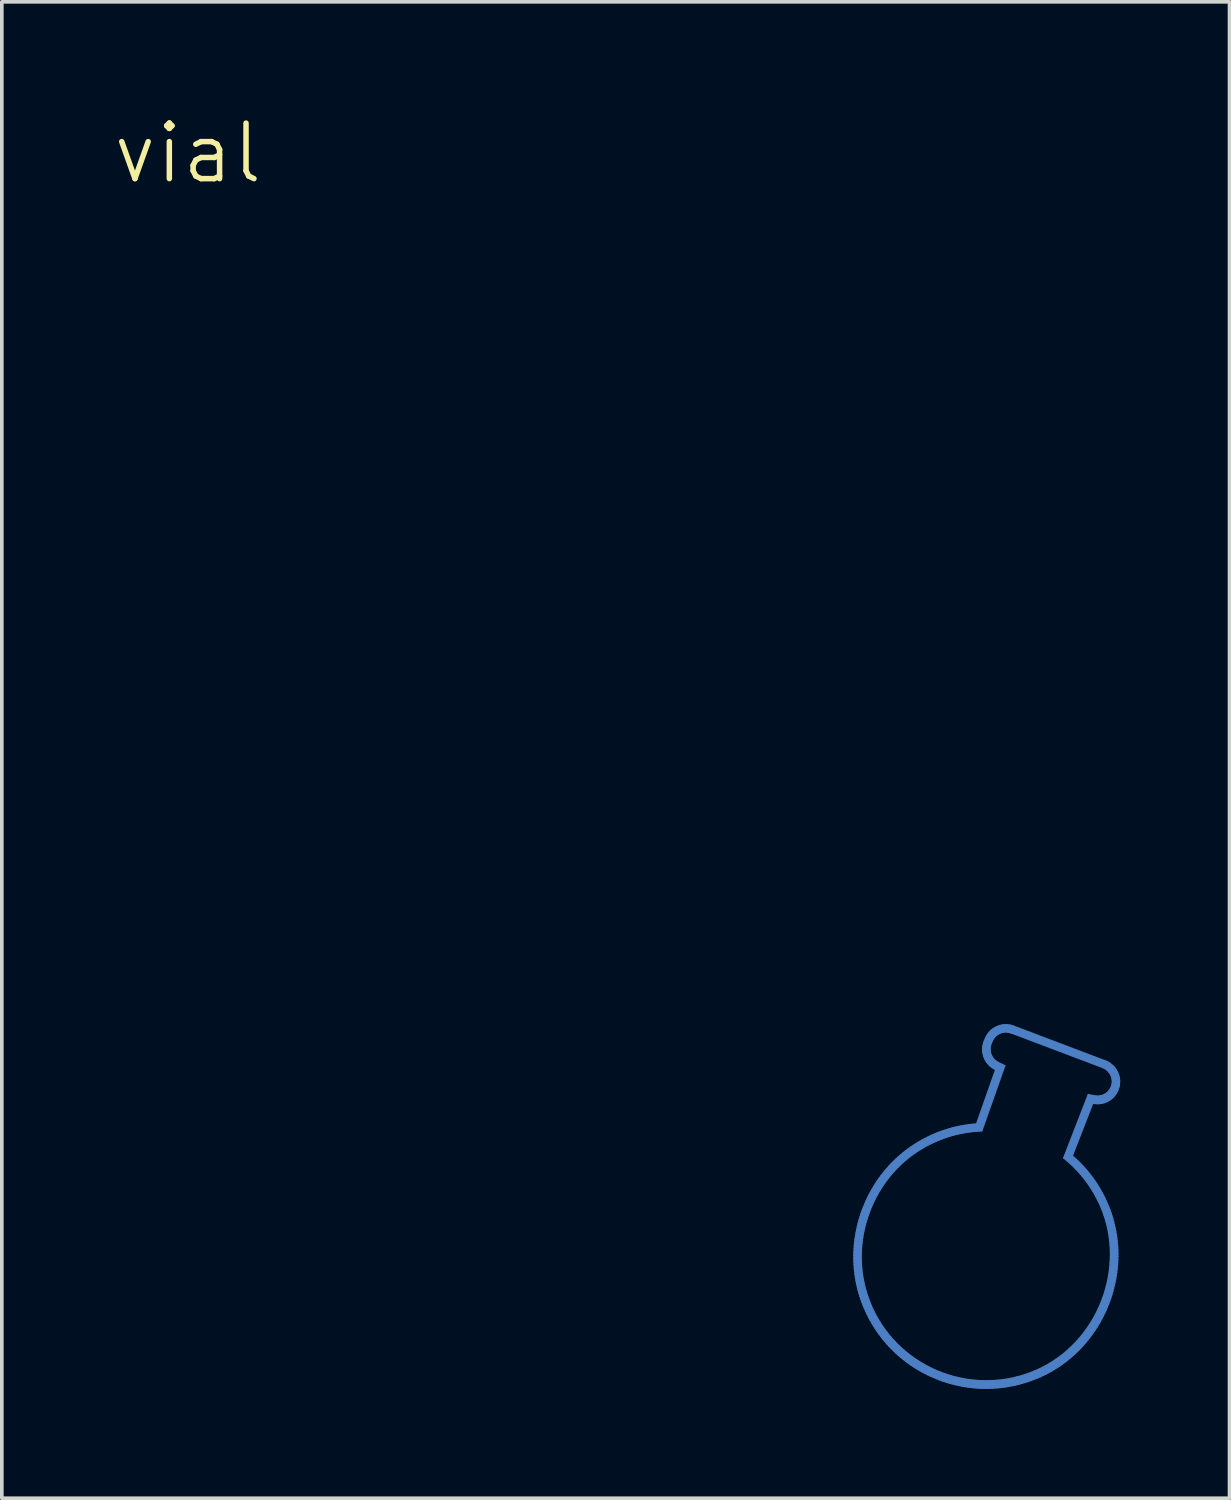
<source format=kicad_pcb>
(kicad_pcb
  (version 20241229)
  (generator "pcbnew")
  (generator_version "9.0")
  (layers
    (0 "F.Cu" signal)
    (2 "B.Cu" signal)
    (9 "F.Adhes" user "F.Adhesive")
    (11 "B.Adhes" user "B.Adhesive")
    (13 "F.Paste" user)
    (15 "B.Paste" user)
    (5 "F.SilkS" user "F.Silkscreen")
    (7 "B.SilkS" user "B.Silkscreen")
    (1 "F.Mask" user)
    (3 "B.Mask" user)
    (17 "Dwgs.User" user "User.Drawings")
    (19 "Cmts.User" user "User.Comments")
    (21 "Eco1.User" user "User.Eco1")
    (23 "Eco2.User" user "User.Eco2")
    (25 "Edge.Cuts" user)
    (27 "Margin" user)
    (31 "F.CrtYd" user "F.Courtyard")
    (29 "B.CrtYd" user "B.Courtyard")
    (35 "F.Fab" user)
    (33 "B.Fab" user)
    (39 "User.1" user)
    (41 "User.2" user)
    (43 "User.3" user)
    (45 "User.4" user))
  (footprint "vial"
    (layer "F.Cu")
    (at 2.105 1.155)
    (property "Reference" "vial" (at 0 0 0) (layer "F.SilkS") (effects (font (size 1.524 1.524) (thickness 0.15))))
    (attr through_hole)
    (fp_line (start 18.28 30.33) (end 18.28 30.241) (stroke (width 0.039) (type solid)) (layer "B.Cu"))
    (fp_line (start 18.28 30.241) (end 18.282 30.153) (stroke (width 0.039) (type solid)) (layer "B.Cu"))
    (fp_line (start 18.282 30.418) (end 18.28 30.33) (stroke (width 0.039) (type solid)) (layer "B.Cu"))
    (fp_line (start 18.282 30.153) (end 18.287 30.065) (stroke (width 0.039) (type solid)) (layer "B.Cu"))
    (fp_line (start 18.286 30.506) (end 18.282 30.418) (stroke (width 0.039) (type solid)) (layer "B.Cu"))
    (fp_line (start 18.287 30.065) (end 18.293 29.976) (stroke (width 0.039) (type solid)) (layer "B.Cu"))
    (fp_line (start 18.292 30.593) (end 18.286 30.506) (stroke (width 0.039) (type solid)) (layer "B.Cu"))
    (fp_line (start 18.293 29.976) (end 18.302 29.888) (stroke (width 0.039) (type solid)) (layer "B.Cu"))
    (fp_line (start 18.301 30.681) (end 18.292 30.593) (stroke (width 0.039) (type solid)) (layer "B.Cu"))
    (fp_line (start 18.302 29.888) (end 18.313 29.799) (stroke (width 0.039) (type solid)) (layer "B.Cu"))
    (fp_line (start 18.312 30.768) (end 18.301 30.681) (stroke (width 0.039) (type solid)) (layer "B.Cu"))
    (fp_line (start 18.313 29.799) (end 18.326 29.711) (stroke (width 0.039) (type solid)) (layer "B.Cu"))
    (fp_line (start 18.325 30.855) (end 18.312 30.768) (stroke (width 0.039) (type solid)) (layer "B.Cu"))
    (fp_line (start 18.326 29.711) (end 18.341 29.623) (stroke (width 0.039) (type solid)) (layer "B.Cu"))
    (fp_line (start 18.339 30.942) (end 18.325 30.855) (stroke (width 0.039) (type solid)) (layer "B.Cu"))
    (fp_line (start 18.341 29.623) (end 18.359 29.535) (stroke (width 0.039) (type solid)) (layer "B.Cu"))
    (fp_line (start 18.357 31.028) (end 18.339 30.942) (stroke (width 0.039) (type solid)) (layer "B.Cu"))
    (fp_line (start 18.359 29.535) (end 18.378 29.447) (stroke (width 0.039) (type solid)) (layer "B.Cu"))
    (fp_line (start 18.376 31.114) (end 18.357 31.028) (stroke (width 0.039) (type solid)) (layer "B.Cu"))
    (fp_line (start 18.378 29.447) (end 18.4 29.359) (stroke (width 0.039) (type solid)) (layer "B.Cu"))
    (fp_line (start 18.397 31.2) (end 18.376 31.114) (stroke (width 0.039) (type solid)) (layer "B.Cu"))
    (fp_line (start 18.4 29.359) (end 18.424 29.271) (stroke (width 0.039) (type solid)) (layer "B.Cu"))
    (fp_line (start 18.421 31.285) (end 18.397 31.2) (stroke (width 0.039) (type solid)) (layer "B.Cu"))
    (fp_line (start 18.424 29.271) (end 18.45 29.184) (stroke (width 0.039) (type solid)) (layer "B.Cu"))
    (fp_line (start 18.447 31.369) (end 18.421 31.285) (stroke (width 0.039) (type solid)) (layer "B.Cu"))
    (fp_line (start 18.45 29.184) (end 18.479 29.097) (stroke (width 0.039) (type solid)) (layer "B.Cu"))
    (fp_line (start 18.475 31.453) (end 18.447 31.369) (stroke (width 0.039) (type solid)) (layer "B.Cu"))
    (fp_line (start 18.476 30.324) (end 18.478 30.408) (stroke (width 0.039) (type solid)) (layer "B.Cu"))
    (fp_line (start 18.476 30.241) (end 18.476 30.324) (stroke (width 0.039) (type solid)) (layer "B.Cu"))
    (fp_line (start 18.478 30.408) (end 18.482 30.491) (stroke (width 0.039) (type solid)) (layer "B.Cu"))
    (fp_line (start 18.478 30.157) (end 18.476 30.241) (stroke (width 0.039) (type solid)) (layer "B.Cu"))
    (fp_line (start 18.479 29.097) (end 18.509 29.011) (stroke (width 0.039) (type solid)) (layer "B.Cu"))
    (fp_line (start 18.482 30.491) (end 18.488 30.574) (stroke (width 0.039) (type solid)) (layer "B.Cu"))
    (fp_line (start 18.482 30.073) (end 18.478 30.157) (stroke (width 0.039) (type solid)) (layer "B.Cu"))
    (fp_line (start 18.488 30.574) (end 18.496 30.657) (stroke (width 0.039) (type solid)) (layer "B.Cu"))
    (fp_line (start 18.489 29.99) (end 18.482 30.073) (stroke (width 0.039) (type solid)) (layer "B.Cu"))
    (fp_line (start 18.496 30.657) (end 18.506 30.739) (stroke (width 0.039) (type solid)) (layer "B.Cu"))
    (fp_line (start 18.497 29.906) (end 18.489 29.99) (stroke (width 0.039) (type solid)) (layer "B.Cu"))
    (fp_line (start 18.505 31.537) (end 18.475 31.453) (stroke (width 0.039) (type solid)) (layer "B.Cu"))
    (fp_line (start 18.506 30.739) (end 18.518 30.822) (stroke (width 0.039) (type solid)) (layer "B.Cu"))
    (fp_line (start 18.507 29.822) (end 18.497 29.906) (stroke (width 0.039) (type solid)) (layer "B.Cu"))
    (fp_line (start 18.509 29.011) (end 18.542 28.926) (stroke (width 0.039) (type solid)) (layer "B.Cu"))
    (fp_line (start 18.518 30.822) (end 18.533 30.904) (stroke (width 0.039) (type solid)) (layer "B.Cu"))
    (fp_line (start 18.52 29.739) (end 18.507 29.822) (stroke (width 0.039) (type solid)) (layer "B.Cu"))
    (fp_line (start 18.533 30.904) (end 18.549 30.985) (stroke (width 0.039) (type solid)) (layer "B.Cu"))
    (fp_line (start 18.534 29.655) (end 18.52 29.739) (stroke (width 0.039) (type solid)) (layer "B.Cu"))
    (fp_line (start 18.537 31.62) (end 18.505 31.537) (stroke (width 0.039) (type solid)) (layer "B.Cu"))
    (fp_line (start 18.542 28.926) (end 18.576 28.842) (stroke (width 0.039) (type solid)) (layer "B.Cu"))
    (fp_line (start 18.549 30.985) (end 18.567 31.067) (stroke (width 0.039) (type solid)) (layer "B.Cu"))
    (fp_line (start 18.551 29.572) (end 18.534 29.655) (stroke (width 0.039) (type solid)) (layer "B.Cu"))
    (fp_line (start 18.567 31.067) (end 18.587 31.148) (stroke (width 0.039) (type solid)) (layer "B.Cu"))
    (fp_line (start 18.57 29.488) (end 18.551 29.572) (stroke (width 0.039) (type solid)) (layer "B.Cu"))
    (fp_line (start 18.571 31.702) (end 18.537 31.62) (stroke (width 0.039) (type solid)) (layer "B.Cu"))
    (fp_line (start 18.576 28.842) (end 18.612 28.759) (stroke (width 0.039) (type solid)) (layer "B.Cu"))
    (fp_line (start 18.587 31.148) (end 18.61 31.228) (stroke (width 0.039) (type solid)) (layer "B.Cu"))
    (fp_line (start 18.591 29.405) (end 18.57 29.488) (stroke (width 0.039) (type solid)) (layer "B.Cu"))
    (fp_line (start 18.608 31.784) (end 18.571 31.702) (stroke (width 0.039) (type solid)) (layer "B.Cu"))
    (fp_line (start 18.61 31.228) (end 18.634 31.308) (stroke (width 0.039) (type solid)) (layer "B.Cu"))
    (fp_line (start 18.612 28.759) (end 18.65 28.677) (stroke (width 0.039) (type solid)) (layer "B.Cu"))
    (fp_line (start 18.613 29.322) (end 18.591 29.405) (stroke (width 0.039) (type solid)) (layer "B.Cu"))
    (fp_line (start 18.634 31.308) (end 18.66 31.388) (stroke (width 0.039) (type solid)) (layer "B.Cu"))
    (fp_line (start 18.638 29.24) (end 18.613 29.322) (stroke (width 0.039) (type solid)) (layer "B.Cu"))
    (fp_line (start 18.646 31.865) (end 18.608 31.784) (stroke (width 0.039) (type solid)) (layer "B.Cu"))
    (fp_line (start 18.65 28.677) (end 18.69 28.596) (stroke (width 0.039) (type solid)) (layer "B.Cu"))
    (fp_line (start 18.66 31.388) (end 18.689 31.467) (stroke (width 0.039) (type solid)) (layer "B.Cu"))
    (fp_line (start 18.665 29.158) (end 18.638 29.24) (stroke (width 0.039) (type solid)) (layer "B.Cu"))
    (fp_line (start 18.687 31.945) (end 18.646 31.865) (stroke (width 0.039) (type solid)) (layer "B.Cu"))
    (fp_line (start 18.689 31.467) (end 18.719 31.545) (stroke (width 0.039) (type solid)) (layer "B.Cu"))
    (fp_line (start 18.69 28.596) (end 18.732 28.517) (stroke (width 0.039) (type solid)) (layer "B.Cu"))
    (fp_line (start 18.694 29.076) (end 18.665 29.158) (stroke (width 0.039) (type solid)) (layer "B.Cu"))
    (fp_line (start 18.719 31.545) (end 18.751 31.623) (stroke (width 0.039) (type solid)) (layer "B.Cu"))
    (fp_line (start 18.725 28.995) (end 18.694 29.076) (stroke (width 0.039) (type solid)) (layer "B.Cu"))
    (fp_line (start 18.729 32.024) (end 18.687 31.945) (stroke (width 0.039) (type solid)) (layer "B.Cu"))
    (fp_line (start 18.732 28.517) (end 18.776 28.439) (stroke (width 0.039) (type solid)) (layer "B.Cu"))
    (fp_line (start 18.751 31.623) (end 18.786 31.7) (stroke (width 0.039) (type solid)) (layer "B.Cu"))
    (fp_line (start 18.758 28.916) (end 18.725 28.995) (stroke (width 0.039) (type solid)) (layer "B.Cu"))
    (fp_line (start 18.773 32.102) (end 18.729 32.024) (stroke (width 0.039) (type solid)) (layer "B.Cu"))
    (fp_line (start 18.776 28.439) (end 18.821 28.362) (stroke (width 0.039) (type solid)) (layer "B.Cu"))
    (fp_line (start 18.786 31.7) (end 18.822 31.777) (stroke (width 0.039) (type solid)) (layer "B.Cu"))
    (fp_line (start 18.792 28.837) (end 18.758 28.916) (stroke (width 0.039) (type solid)) (layer "B.Cu"))
    (fp_line (start 18.819 32.178) (end 18.773 32.102) (stroke (width 0.039) (type solid)) (layer "B.Cu"))
    (fp_line (start 18.821 28.362) (end 18.868 28.287) (stroke (width 0.039) (type solid)) (layer "B.Cu"))
    (fp_line (start 18.822 31.777) (end 18.903 31.931) (stroke (width 0.039) (type solid)) (layer "B.Cu"))
    (fp_line (start 18.828 28.76) (end 18.792 28.837) (stroke (width 0.039) (type solid)) (layer "B.Cu"))
    (fp_line (start 18.866 28.684) (end 18.828 28.76) (stroke (width 0.039) (type solid)) (layer "B.Cu"))
    (fp_line (start 18.867 32.253) (end 18.819 32.178) (stroke (width 0.039) (type solid)) (layer "B.Cu"))
    (fp_line (start 18.868 28.287) (end 18.917 28.213) (stroke (width 0.039) (type solid)) (layer "B.Cu"))
    (fp_line (start 18.903 31.931) (end 18.991 32.08) (stroke (width 0.039) (type solid)) (layer "B.Cu"))
    (fp_line (start 18.905 28.608) (end 18.866 28.684) (stroke (width 0.039) (type solid)) (layer "B.Cu"))
    (fp_line (start 18.916 32.326) (end 18.867 32.253) (stroke (width 0.039) (type solid)) (layer "B.Cu"))
    (fp_line (start 18.917 28.213) (end 18.967 28.14) (stroke (width 0.039) (type solid)) (layer "B.Cu"))
    (fp_line (start 18.947 28.535) (end 18.905 28.608) (stroke (width 0.039) (type solid)) (layer "B.Cu"))
    (fp_line (start 18.967 32.399) (end 18.916 32.326) (stroke (width 0.039) (type solid)) (layer "B.Cu"))
    (fp_line (start 18.967 28.14) (end 19.019 28.069) (stroke (width 0.039) (type solid)) (layer "B.Cu"))
    (fp_line (start 18.989 28.462) (end 18.947 28.535) (stroke (width 0.039) (type solid)) (layer "B.Cu"))
    (fp_line (start 18.991 32.08) (end 19.086 32.224) (stroke (width 0.039) (type solid)) (layer "B.Cu"))
    (fp_line (start 19.019 28.069) (end 19.073 27.999) (stroke (width 0.039) (type solid)) (layer "B.Cu"))
    (fp_line (start 19.02 32.469) (end 18.967 32.399) (stroke (width 0.039) (type solid)) (layer "B.Cu"))
    (fp_line (start 19.034 28.39) (end 18.989 28.462) (stroke (width 0.039) (type solid)) (layer "B.Cu"))
    (fp_line (start 19.073 27.999) (end 19.128 27.93) (stroke (width 0.039) (type solid)) (layer "B.Cu"))
    (fp_line (start 19.074 32.539) (end 19.02 32.469) (stroke (width 0.039) (type solid)) (layer "B.Cu"))
    (fp_line (start 19.08 28.32) (end 19.034 28.39) (stroke (width 0.039) (type solid)) (layer "B.Cu"))
    (fp_line (start 19.086 32.224) (end 19.186 32.361) (stroke (width 0.039) (type solid)) (layer "B.Cu"))
    (fp_line (start 19.128 28.251) (end 19.08 28.32) (stroke (width 0.039) (type solid)) (layer "B.Cu"))
    (fp_line (start 19.128 27.93) (end 19.186 27.863) (stroke (width 0.039) (type solid)) (layer "B.Cu"))
    (fp_line (start 19.13 32.607) (end 19.074 32.539) (stroke (width 0.039) (type solid)) (layer "B.Cu"))
    (fp_line (start 19.177 28.184) (end 19.128 28.251) (stroke (width 0.039) (type solid)) (layer "B.Cu"))
    (fp_line (start 19.186 27.863) (end 19.244 27.797) (stroke (width 0.039) (type solid)) (layer "B.Cu"))
    (fp_line (start 19.186 32.361) (end 19.293 32.492) (stroke (width 0.039) (type solid)) (layer "B.Cu"))
    (fp_line (start 19.187 32.673) (end 19.13 32.607) (stroke (width 0.039) (type solid)) (layer "B.Cu"))
    (fp_line (start 19.228 28.117) (end 19.177 28.184) (stroke (width 0.039) (type solid)) (layer "B.Cu"))
    (fp_line (start 19.244 27.797) (end 19.304 27.733) (stroke (width 0.039) (type solid)) (layer "B.Cu"))
    (fp_line (start 19.246 32.738) (end 19.187 32.673) (stroke (width 0.039) (type solid)) (layer "B.Cu"))
    (fp_line (start 19.28 28.052) (end 19.228 28.117) (stroke (width 0.039) (type solid)) (layer "B.Cu"))
    (fp_line (start 19.293 32.492) (end 19.406 32.616) (stroke (width 0.039) (type solid)) (layer "B.Cu"))
    (fp_line (start 19.304 27.733) (end 19.366 27.67) (stroke (width 0.039) (type solid)) (layer "B.Cu"))
    (fp_line (start 19.307 32.801) (end 19.246 32.738) (stroke (width 0.039) (type solid)) (layer "B.Cu"))
    (fp_line (start 19.334 27.989) (end 19.28 28.052) (stroke (width 0.039) (type solid)) (layer "B.Cu"))
    (fp_line (start 19.366 27.67) (end 19.429 27.609) (stroke (width 0.039) (type solid)) (layer "B.Cu"))
    (fp_line (start 19.369 32.863) (end 19.307 32.801) (stroke (width 0.039) (type solid)) (layer "B.Cu"))
    (fp_line (start 19.39 27.927) (end 19.334 27.989) (stroke (width 0.039) (type solid)) (layer "B.Cu"))
    (fp_line (start 19.406 32.616) (end 19.524 32.735) (stroke (width 0.039) (type solid)) (layer "B.Cu"))
    (fp_line (start 19.429 27.609) (end 19.494 27.55) (stroke (width 0.039) (type solid)) (layer "B.Cu"))
    (fp_line (start 19.432 32.923) (end 19.369 32.863) (stroke (width 0.039) (type solid)) (layer "B.Cu"))
    (fp_line (start 19.447 27.866) (end 19.39 27.927) (stroke (width 0.039) (type solid)) (layer "B.Cu"))
    (fp_line (start 19.494 27.55) (end 19.561 27.492) (stroke (width 0.039) (type solid)) (layer "B.Cu"))
    (fp_line (start 19.497 32.982) (end 19.432 32.923) (stroke (width 0.039) (type solid)) (layer "B.Cu"))
    (fp_line (start 19.505 27.807) (end 19.447 27.866) (stroke (width 0.039) (type solid)) (layer "B.Cu"))
    (fp_line (start 19.524 32.735) (end 19.647 32.847) (stroke (width 0.039) (type solid)) (layer "B.Cu"))
    (fp_line (start 19.561 27.492) (end 19.628 27.435) (stroke (width 0.039) (type solid)) (layer "B.Cu"))
    (fp_line (start 19.563 33.039) (end 19.497 32.982) (stroke (width 0.039) (type solid)) (layer "B.Cu"))
    (fp_line (start 19.565 27.749) (end 19.505 27.807) (stroke (width 0.039) (type solid)) (layer "B.Cu"))
    (fp_line (start 19.626 27.692) (end 19.565 27.749) (stroke (width 0.039) (type solid)) (layer "B.Cu"))
    (fp_line (start 19.628 27.435) (end 19.697 27.381) (stroke (width 0.039) (type solid)) (layer "B.Cu"))
    (fp_line (start 19.631 33.095) (end 19.563 33.039) (stroke (width 0.039) (type solid)) (layer "B.Cu"))
    (fp_line (start 19.647 32.847) (end 19.775 32.952) (stroke (width 0.039) (type solid)) (layer "B.Cu"))
    (fp_line (start 19.689 27.638) (end 19.626 27.692) (stroke (width 0.039) (type solid)) (layer "B.Cu"))
    (fp_line (start 19.697 27.381) (end 19.768 27.328) (stroke (width 0.039) (type solid)) (layer "B.Cu"))
    (fp_line (start 19.7 33.149) (end 19.631 33.095) (stroke (width 0.039) (type solid)) (layer "B.Cu"))
    (fp_line (start 19.753 27.584) (end 19.689 27.638) (stroke (width 0.039) (type solid)) (layer "B.Cu"))
    (fp_line (start 19.768 27.328) (end 19.84 27.276) (stroke (width 0.039) (type solid)) (layer "B.Cu"))
    (fp_line (start 19.771 33.201) (end 19.7 33.149) (stroke (width 0.039) (type solid)) (layer "B.Cu"))
    (fp_line (start 19.775 32.952) (end 19.907 33.051) (stroke (width 0.039) (type solid)) (layer "B.Cu"))
    (fp_line (start 19.818 27.533) (end 19.753 27.584) (stroke (width 0.039) (type solid)) (layer "B.Cu"))
    (fp_line (start 19.84 27.276) (end 19.914 27.227) (stroke (width 0.039) (type solid)) (layer "B.Cu"))
    (fp_line (start 19.843 33.251) (end 19.771 33.201) (stroke (width 0.039) (type solid)) (layer "B.Cu"))
    (fp_line (start 19.885 27.483) (end 19.818 27.533) (stroke (width 0.039) (type solid)) (layer "B.Cu"))
    (fp_line (start 19.907 33.051) (end 20.044 33.143) (stroke (width 0.039) (type solid)) (layer "B.Cu"))
    (fp_line (start 19.914 27.227) (end 19.988 27.179) (stroke (width 0.039) (type solid)) (layer "B.Cu"))
    (fp_line (start 19.916 33.3) (end 19.843 33.251) (stroke (width 0.039) (type solid)) (layer "B.Cu"))
    (fp_line (start 19.953 27.434) (end 19.885 27.483) (stroke (width 0.039) (type solid)) (layer "B.Cu"))
    (fp_line (start 19.988 27.179) (end 20.064 27.133) (stroke (width 0.039) (type solid)) (layer "B.Cu"))
    (fp_line (start 19.99 33.347) (end 19.916 33.3) (stroke (width 0.039) (type solid)) (layer "B.Cu"))
    (fp_line (start 20.023 27.387) (end 19.953 27.434) (stroke (width 0.039) (type solid)) (layer "B.Cu"))
    (fp_line (start 20.044 33.143) (end 20.184 33.229) (stroke (width 0.039) (type solid)) (layer "B.Cu"))
    (fp_line (start 20.064 27.133) (end 20.142 27.089) (stroke (width 0.039) (type solid)) (layer "B.Cu"))
    (fp_line (start 20.066 33.392) (end 19.99 33.347) (stroke (width 0.039) (type solid)) (layer "B.Cu"))
    (fp_line (start 20.093 27.342) (end 20.023 27.387) (stroke (width 0.039) (type solid)) (layer "B.Cu"))
    (fp_line (start 20.142 27.089) (end 20.221 27.046) (stroke (width 0.039) (type solid)) (layer "B.Cu"))
    (fp_line (start 20.143 33.436) (end 20.066 33.392) (stroke (width 0.039) (type solid)) (layer "B.Cu"))
    (fp_line (start 20.165 27.299) (end 20.093 27.342) (stroke (width 0.039) (type solid)) (layer "B.Cu"))
    (fp_line (start 20.184 33.229) (end 20.329 33.307) (stroke (width 0.039) (type solid)) (layer "B.Cu"))
    (fp_line (start 20.221 33.478) (end 20.143 33.436) (stroke (width 0.039) (type solid)) (layer "B.Cu"))
    (fp_line (start 20.221 27.046) (end 20.301 27.006) (stroke (width 0.039) (type solid)) (layer "B.Cu"))
    (fp_line (start 20.238 27.257) (end 20.165 27.299) (stroke (width 0.039) (type solid)) (layer "B.Cu"))
    (fp_line (start 20.3 33.518) (end 20.221 33.478) (stroke (width 0.039) (type solid)) (layer "B.Cu"))
    (fp_line (start 20.301 27.006) (end 20.341 26.986) (stroke (width 0.039) (type solid)) (layer "B.Cu"))
    (fp_line (start 20.313 27.217) (end 20.238 27.257) (stroke (width 0.039) (type solid)) (layer "B.Cu"))
    (fp_line (start 20.329 33.307) (end 20.476 33.379) (stroke (width 0.039) (type solid)) (layer "B.Cu"))
    (fp_line (start 20.341 26.986) (end 20.381 26.968) (stroke (width 0.039) (type solid)) (layer "B.Cu"))
    (fp_line (start 20.38 33.556) (end 20.3 33.518) (stroke (width 0.039) (type solid)) (layer "B.Cu"))
    (fp_line (start 20.381 26.968) (end 20.421 26.949) (stroke (width 0.039) (type solid)) (layer "B.Cu"))
    (fp_line (start 20.389 27.179) (end 20.313 27.217) (stroke (width 0.039) (type solid)) (layer "B.Cu"))
    (fp_line (start 20.421 26.949) (end 20.462 26.931) (stroke (width 0.039) (type solid)) (layer "B.Cu"))
    (fp_line (start 20.428 27.159) (end 20.389 27.179) (stroke (width 0.039) (type solid)) (layer "B.Cu"))
    (fp_line (start 20.462 26.931) (end 20.502 26.914) (stroke (width 0.039) (type solid)) (layer "B.Cu"))
    (fp_line (start 20.462 33.592) (end 20.38 33.556) (stroke (width 0.039) (type solid)) (layer "B.Cu"))
    (fp_line (start 20.468 27.141) (end 20.428 27.159) (stroke (width 0.039) (type solid)) (layer "B.Cu"))
    (fp_line (start 20.476 33.379) (end 20.627 33.443) (stroke (width 0.039) (type solid)) (layer "B.Cu"))
    (fp_line (start 20.502 26.914) (end 20.543 26.897) (stroke (width 0.039) (type solid)) (layer "B.Cu"))
    (fp_line (start 20.508 27.122) (end 20.468 27.141) (stroke (width 0.039) (type solid)) (layer "B.Cu"))
    (fp_line (start 20.543 26.897) (end 20.584 26.881) (stroke (width 0.039) (type solid)) (layer "B.Cu"))
    (fp_line (start 20.544 33.626) (end 20.462 33.592) (stroke (width 0.039) (type solid)) (layer "B.Cu"))
    (fp_line (start 20.548 27.105) (end 20.508 27.122) (stroke (width 0.039) (type solid)) (layer "B.Cu"))
    (fp_line (start 20.584 26.881) (end 20.625 26.865) (stroke (width 0.039) (type solid)) (layer "B.Cu"))
    (fp_line (start 20.588 27.088) (end 20.548 27.105) (stroke (width 0.039) (type solid)) (layer "B.Cu"))
    (fp_line (start 20.625 26.865) (end 20.666 26.85) (stroke (width 0.039) (type solid)) (layer "B.Cu"))
    (fp_line (start 20.627 33.443) (end 20.781 33.5) (stroke (width 0.039) (type solid)) (layer "B.Cu"))
    (fp_line (start 20.628 27.071) (end 20.588 27.088) (stroke (width 0.039) (type solid)) (layer "B.Cu"))
    (fp_line (start 20.628 33.659) (end 20.544 33.626) (stroke (width 0.039) (type solid)) (layer "B.Cu"))
    (fp_line (start 20.666 26.85) (end 20.707 26.836) (stroke (width 0.039) (type solid)) (layer "B.Cu"))
    (fp_line (start 20.668 27.055) (end 20.628 27.071) (stroke (width 0.039) (type solid)) (layer "B.Cu"))
    (fp_line (start 20.707 26.836) (end 20.748 26.821) (stroke (width 0.039) (type solid)) (layer "B.Cu"))
    (fp_line (start 20.709 27.04) (end 20.668 27.055) (stroke (width 0.039) (type solid)) (layer "B.Cu"))
    (fp_line (start 20.713 33.69) (end 20.713 33.69) (stroke (width 0.039) (type solid)) (layer "B.Cu"))
    (fp_line (start 20.713 33.69) (end 20.713 33.69) (stroke (width 0.039) (type solid)) (layer "B.Cu"))
    (fp_line (start 20.713 33.69) (end 20.628 33.659) (stroke (width 0.039) (type solid)) (layer "B.Cu"))
    (fp_line (start 20.748 26.821) (end 20.79 26.808) (stroke (width 0.039) (type solid)) (layer "B.Cu"))
    (fp_line (start 20.75 27.025) (end 20.709 27.04) (stroke (width 0.039) (type solid)) (layer "B.Cu"))
    (fp_line (start 20.781 33.5) (end 20.937 33.55) (stroke (width 0.039) (type solid)) (layer "B.Cu"))
    (fp_line (start 20.79 26.808) (end 20.831 26.795) (stroke (width 0.039) (type solid)) (layer "B.Cu"))
    (fp_line (start 20.791 27.01) (end 20.75 27.025) (stroke (width 0.039) (type solid)) (layer "B.Cu"))
    (fp_line (start 20.799 33.718) (end 20.713 33.69) (stroke (width 0.039) (type solid)) (layer "B.Cu"))
    (fp_line (start 20.831 26.795) (end 20.873 26.782) (stroke (width 0.039) (type solid)) (layer "B.Cu"))
    (fp_line (start 20.832 26.996) (end 20.791 27.01) (stroke (width 0.039) (type solid)) (layer "B.Cu"))
    (fp_line (start 20.873 26.983) (end 20.832 26.996) (stroke (width 0.039) (type solid)) (layer "B.Cu"))
    (fp_line (start 20.873 26.782) (end 20.915 26.77) (stroke (width 0.039) (type solid)) (layer "B.Cu"))
    (fp_line (start 20.885 33.745) (end 20.799 33.718) (stroke (width 0.039) (type solid)) (layer "B.Cu"))
    (fp_line (start 20.914 26.97) (end 20.873 26.983) (stroke (width 0.039) (type solid)) (layer "B.Cu"))
    (fp_line (start 20.915 26.77) (end 20.957 26.758) (stroke (width 0.039) (type solid)) (layer "B.Cu"))
    (fp_line (start 20.937 33.55) (end 21.096 33.593) (stroke (width 0.039) (type solid)) (layer "B.Cu"))
    (fp_line (start 20.955 26.958) (end 20.914 26.97) (stroke (width 0.039) (type solid)) (layer "B.Cu"))
    (fp_line (start 20.957 26.758) (end 20.999 26.747) (stroke (width 0.039) (type solid)) (layer "B.Cu"))
    (fp_line (start 20.971 33.769) (end 20.885 33.745) (stroke (width 0.039) (type solid)) (layer "B.Cu"))
    (fp_line (start 20.997 26.946) (end 20.955 26.958) (stroke (width 0.039) (type solid)) (layer "B.Cu"))
    (fp_line (start 20.999 26.747) (end 21.041 26.737) (stroke (width 0.039) (type solid)) (layer "B.Cu"))
    (fp_line (start 21.039 26.935) (end 20.997 26.946) (stroke (width 0.039) (type solid)) (layer "B.Cu"))
    (fp_line (start 21.041 26.737) (end 21.084 26.727) (stroke (width 0.039) (type solid)) (layer "B.Cu"))
    (fp_line (start 21.058 33.791) (end 20.971 33.769) (stroke (width 0.039) (type solid)) (layer "B.Cu"))
    (fp_line (start 21.08 26.925) (end 21.039 26.935) (stroke (width 0.039) (type solid)) (layer "B.Cu"))
    (fp_line (start 21.084 26.727) (end 21.126 26.717) (stroke (width 0.039) (type solid)) (layer "B.Cu"))
    (fp_line (start 21.096 33.593) (end 21.256 33.627) (stroke (width 0.039) (type solid)) (layer "B.Cu"))
    (fp_line (start 21.122 26.914) (end 21.08 26.925) (stroke (width 0.039) (type solid)) (layer "B.Cu"))
    (fp_line (start 21.126 26.717) (end 21.169 26.708) (stroke (width 0.039) (type solid)) (layer "B.Cu"))
    (fp_line (start 21.145 33.81) (end 21.058 33.791) (stroke (width 0.039) (type solid)) (layer "B.Cu"))
    (fp_line (start 21.164 26.905) (end 21.122 26.914) (stroke (width 0.039) (type solid)) (layer "B.Cu"))
    (fp_line (start 21.169 26.708) (end 21.212 26.7) (stroke (width 0.039) (type solid)) (layer "B.Cu"))
    (fp_line (start 21.207 26.896) (end 21.164 26.905) (stroke (width 0.039) (type solid)) (layer "B.Cu"))
    (fp_line (start 21.212 26.7) (end 21.254 26.692) (stroke (width 0.039) (type solid)) (layer "B.Cu"))
    (fp_line (start 21.232 33.828) (end 21.145 33.81) (stroke (width 0.039) (type solid)) (layer "B.Cu"))
    (fp_line (start 21.249 26.887) (end 21.207 26.896) (stroke (width 0.039) (type solid)) (layer "B.Cu"))
    (fp_line (start 21.254 26.692) (end 21.297 26.684) (stroke (width 0.039) (type solid)) (layer "B.Cu"))
    (fp_line (start 21.256 33.627) (end 21.418 33.655) (stroke (width 0.039) (type solid)) (layer "B.Cu"))
    (fp_line (start 21.291 26.88) (end 21.249 26.887) (stroke (width 0.039) (type solid)) (layer "B.Cu"))
    (fp_line (start 21.297 26.684) (end 21.34 26.677) (stroke (width 0.039) (type solid)) (layer "B.Cu"))
    (fp_line (start 21.319 33.844) (end 21.232 33.828) (stroke (width 0.039) (type solid)) (layer "B.Cu"))
    (fp_line (start 21.334 26.872) (end 21.291 26.88) (stroke (width 0.039) (type solid)) (layer "B.Cu"))
    (fp_line (start 21.34 26.677) (end 21.384 26.671) (stroke (width 0.039) (type solid)) (layer "B.Cu"))
    (fp_line (start 21.376 26.865) (end 21.334 26.872) (stroke (width 0.039) (type solid)) (layer "B.Cu"))
    (fp_line (start 21.384 26.671) (end 21.427 26.665) (stroke (width 0.039) (type solid)) (layer "B.Cu"))
    (fp_line (start 21.407 33.857) (end 21.319 33.844) (stroke (width 0.039) (type solid)) (layer "B.Cu"))
    (fp_line (start 21.418 33.655) (end 21.581 33.674) (stroke (width 0.039) (type solid)) (layer "B.Cu"))
    (fp_line (start 21.419 26.859) (end 21.376 26.865) (stroke (width 0.039) (type solid)) (layer "B.Cu"))
    (fp_line (start 21.427 26.665) (end 21.47 26.659) (stroke (width 0.039) (type solid)) (layer "B.Cu"))
    (fp_line (start 21.462 26.853) (end 21.419 26.859) (stroke (width 0.039) (type solid)) (layer "B.Cu"))
    (fp_line (start 21.47 26.659) (end 21.514 26.654) (stroke (width 0.039) (type solid)) (layer "B.Cu"))
    (fp_line (start 21.494 33.868) (end 21.407 33.857) (stroke (width 0.039) (type solid)) (layer "B.Cu"))
    (fp_line (start 21.505 26.848) (end 21.462 26.853) (stroke (width 0.039) (type solid)) (layer "B.Cu"))
    (fp_line (start 21.514 26.654) (end 21.557 26.65) (stroke (width 0.039) (type solid)) (layer "B.Cu"))
    (fp_line (start 21.548 26.843) (end 21.505 26.848) (stroke (width 0.039) (type solid)) (layer "B.Cu"))
    (fp_line (start 21.557 26.65) (end 21.601 26.646) (stroke (width 0.039) (type solid)) (layer "B.Cu"))
    (fp_line (start 21.581 33.674) (end 21.746 33.686) (stroke (width 0.039) (type solid)) (layer "B.Cu"))
    (fp_line (start 21.582 33.877) (end 21.494 33.868) (stroke (width 0.039) (type solid)) (layer "B.Cu"))
    (fp_line (start 21.591 26.839) (end 21.548 26.843) (stroke (width 0.039) (type solid)) (layer "B.Cu"))
    (fp_line (start 21.601 26.646) (end 21.645 26.643) (stroke (width 0.039) (type solid)) (layer "B.Cu"))
    (fp_line (start 21.635 26.835) (end 21.591 26.839) (stroke (width 0.039) (type solid)) (layer "B.Cu"))
    (fp_line (start 21.645 26.643) (end 22.172 25.145) (stroke (width 0.039) (type solid)) (layer "B.Cu"))
    (fp_line (start 21.67 33.884) (end 21.582 33.877) (stroke (width 0.039) (type solid)) (layer "B.Cu"))
    (fp_line (start 21.678 26.832) (end 21.635 26.835) (stroke (width 0.039) (type solid)) (layer "B.Cu"))
    (fp_line (start 21.722 26.83) (end 21.678 26.832) (stroke (width 0.039) (type solid)) (layer "B.Cu"))
    (fp_line (start 21.746 33.686) (end 21.911 33.69) (stroke (width 0.039) (type solid)) (layer "B.Cu"))
    (fp_line (start 21.758 33.889) (end 21.67 33.884) (stroke (width 0.039) (type solid)) (layer "B.Cu"))
    (fp_line (start 21.787 26.827) (end 21.722 26.83) (stroke (width 0.039) (type solid)) (layer "B.Cu"))
    (fp_line (start 21.815 24.582) (end 21.818 24.538) (stroke (width 0.039) (type solid)) (layer "B.Cu"))
    (fp_line (start 21.816 24.624) (end 21.815 24.582) (stroke (width 0.039) (type solid)) (layer "B.Cu"))
    (fp_line (start 21.818 24.538) (end 21.823 24.495) (stroke (width 0.039) (type solid)) (layer "B.Cu"))
    (fp_line (start 21.82 24.667) (end 21.816 24.624) (stroke (width 0.039) (type solid)) (layer "B.Cu"))
    (fp_line (start 21.823 24.495) (end 21.832 24.452) (stroke (width 0.039) (type solid)) (layer "B.Cu"))
    (fp_line (start 21.827 24.709) (end 21.82 24.667) (stroke (width 0.039) (type solid)) (layer "B.Cu"))
    (fp_line (start 21.832 24.452) (end 21.844 24.41) (stroke (width 0.039) (type solid)) (layer "B.Cu"))
    (fp_line (start 21.836 24.75) (end 21.827 24.709) (stroke (width 0.039) (type solid)) (layer "B.Cu"))
    (fp_line (start 21.844 24.41) (end 21.859 24.367) (stroke (width 0.039) (type solid)) (layer "B.Cu"))
    (fp_line (start 21.846 33.891) (end 21.758 33.889) (stroke (width 0.039) (type solid)) (layer "B.Cu"))
    (fp_line (start 21.849 24.791) (end 21.836 24.75) (stroke (width 0.039) (type solid)) (layer "B.Cu"))
    (fp_line (start 21.859 24.367) (end 21.889 24.296) (stroke (width 0.039) (type solid)) (layer "B.Cu"))
    (fp_line (start 21.864 24.83) (end 21.849 24.791) (stroke (width 0.039) (type solid)) (layer "B.Cu"))
    (fp_line (start 21.882 24.869) (end 21.864 24.83) (stroke (width 0.039) (type solid)) (layer "B.Cu"))
    (fp_line (start 21.889 24.296) (end 21.907 24.256) (stroke (width 0.039) (type solid)) (layer "B.Cu"))
    (fp_line (start 21.902 24.906) (end 21.882 24.869) (stroke (width 0.039) (type solid)) (layer "B.Cu"))
    (fp_line (start 21.907 24.256) (end 21.928 24.217) (stroke (width 0.039) (type solid)) (layer "B.Cu"))
    (fp_line (start 21.911 33.69) (end 22.077 33.686) (stroke (width 0.039) (type solid)) (layer "B.Cu"))
    (fp_line (start 21.925 24.942) (end 21.902 24.906) (stroke (width 0.039) (type solid)) (layer "B.Cu"))
    (fp_line (start 21.928 24.217) (end 21.951 24.181) (stroke (width 0.039) (type solid)) (layer "B.Cu"))
    (fp_line (start 21.934 33.892) (end 21.846 33.891) (stroke (width 0.039) (type solid)) (layer "B.Cu"))
    (fp_line (start 21.951 24.181) (end 21.976 24.147) (stroke (width 0.039) (type solid)) (layer "B.Cu"))
    (fp_line (start 21.951 24.976) (end 21.925 24.942) (stroke (width 0.039) (type solid)) (layer "B.Cu"))
    (fp_line (start 21.976 24.147) (end 22.004 24.115) (stroke (width 0.039) (type solid)) (layer "B.Cu"))
    (fp_line (start 21.979 25.008) (end 21.951 24.976) (stroke (width 0.039) (type solid)) (layer "B.Cu"))
    (fp_line (start 22.004 24.115) (end 22.033 24.085) (stroke (width 0.039) (type solid)) (layer "B.Cu"))
    (fp_line (start 22.01 25.038) (end 21.979 25.008) (stroke (width 0.039) (type solid)) (layer "B.Cu"))
    (fp_line (start 22.012 24.566) (end 22.012 24.609) (stroke (width 0.039) (type solid)) (layer "B.Cu"))
    (fp_line (start 22.012 24.609) (end 22.016 24.652) (stroke (width 0.039) (type solid)) (layer "B.Cu"))
    (fp_line (start 22.016 24.652) (end 22.025 24.694) (stroke (width 0.039) (type solid)) (layer "B.Cu"))
    (fp_line (start 22.016 24.522) (end 22.012 24.566) (stroke (width 0.039) (type solid)) (layer "B.Cu"))
    (fp_line (start 22.021 33.89) (end 21.934 33.892) (stroke (width 0.039) (type solid)) (layer "B.Cu"))
    (fp_line (start 22.025 24.694) (end 22.039 24.735) (stroke (width 0.039) (type solid)) (layer "B.Cu"))
    (fp_line (start 22.026 24.479) (end 22.016 24.522) (stroke (width 0.039) (type solid)) (layer "B.Cu"))
    (fp_line (start 22.033 24.085) (end 22.065 24.057) (stroke (width 0.039) (type solid)) (layer "B.Cu"))
    (fp_line (start 22.039 24.735) (end 22.056 24.774) (stroke (width 0.039) (type solid)) (layer "B.Cu"))
    (fp_line (start 22.04 24.436) (end 22.026 24.479) (stroke (width 0.039) (type solid)) (layer "B.Cu"))
    (fp_line (start 22.043 25.066) (end 22.01 25.038) (stroke (width 0.039) (type solid)) (layer "B.Cu"))
    (fp_line (start 22.056 24.774) (end 22.078 24.811) (stroke (width 0.039) (type solid)) (layer "B.Cu"))
    (fp_line (start 22.065 24.057) (end 22.098 24.032) (stroke (width 0.039) (type solid)) (layer "B.Cu"))
    (fp_line (start 22.071 24.365) (end 22.04 24.436) (stroke (width 0.039) (type solid)) (layer "B.Cu"))
    (fp_line (start 22.077 33.686) (end 22.243 33.674) (stroke (width 0.039) (type solid)) (layer "B.Cu"))
    (fp_line (start 22.078 24.811) (end 22.103 24.846) (stroke (width 0.039) (type solid)) (layer "B.Cu"))
    (fp_line (start 22.078 25.092) (end 22.043 25.066) (stroke (width 0.039) (type solid)) (layer "B.Cu"))
    (fp_line (start 22.089 24.326) (end 22.071 24.365) (stroke (width 0.039) (type solid)) (layer "B.Cu"))
    (fp_line (start 22.098 24.032) (end 22.133 24.009) (stroke (width 0.039) (type solid)) (layer "B.Cu"))
    (fp_line (start 22.103 24.846) (end 22.132 24.878) (stroke (width 0.039) (type solid)) (layer "B.Cu"))
    (fp_line (start 22.109 33.886) (end 22.021 33.89) (stroke (width 0.039) (type solid)) (layer "B.Cu"))
    (fp_line (start 22.111 24.291) (end 22.089 24.326) (stroke (width 0.039) (type solid)) (layer "B.Cu"))
    (fp_line (start 22.116 25.116) (end 22.078 25.092) (stroke (width 0.039) (type solid)) (layer "B.Cu"))
    (fp_line (start 22.132 24.878) (end 22.165 24.908) (stroke (width 0.039) (type solid)) (layer "B.Cu"))
    (fp_line (start 22.133 24.009) (end 22.17 23.988) (stroke (width 0.039) (type solid)) (layer "B.Cu"))
    (fp_line (start 22.136 24.258) (end 22.111 24.291) (stroke (width 0.039) (type solid)) (layer "B.Cu"))
    (fp_line (start 22.156 25.137) (end 22.116 25.116) (stroke (width 0.039) (type solid)) (layer "B.Cu"))
    (fp_line (start 22.164 24.228) (end 22.136 24.258) (stroke (width 0.039) (type solid)) (layer "B.Cu"))
    (fp_line (start 22.165 24.908) (end 22.201 24.933) (stroke (width 0.039) (type solid)) (layer "B.Cu"))
    (fp_line (start 22.17 23.988) (end 22.207 23.97) (stroke (width 0.039) (type solid)) (layer "B.Cu"))
    (fp_line (start 22.172 25.145) (end 22.156 25.137) (stroke (width 0.039) (type solid)) (layer "B.Cu"))
    (fp_line (start 22.195 24.201) (end 22.164 24.228) (stroke (width 0.039) (type solid)) (layer "B.Cu"))
    (fp_line (start 22.197 33.88) (end 22.109 33.886) (stroke (width 0.039) (type solid)) (layer "B.Cu"))
    (fp_line (start 22.201 24.933) (end 22.241 24.955) (stroke (width 0.039) (type solid)) (layer "B.Cu"))
    (fp_line (start 22.207 23.97) (end 22.246 23.955) (stroke (width 0.039) (type solid)) (layer "B.Cu"))
    (fp_line (start 22.228 24.177) (end 22.195 24.201) (stroke (width 0.039) (type solid)) (layer "B.Cu"))
    (fp_line (start 22.241 24.955) (end 22.417 25.041) (stroke (width 0.039) (type solid)) (layer "B.Cu"))
    (fp_line (start 22.243 33.674) (end 22.409 33.654) (stroke (width 0.039) (type solid)) (layer "B.Cu"))
    (fp_line (start 22.246 23.955) (end 22.286 23.942) (stroke (width 0.039) (type solid)) (layer "B.Cu"))
    (fp_line (start 22.263 24.157) (end 22.228 24.177) (stroke (width 0.039) (type solid)) (layer "B.Cu"))
    (fp_line (start 22.284 33.872) (end 22.197 33.88) (stroke (width 0.039) (type solid)) (layer "B.Cu"))
    (fp_line (start 22.286 23.942) (end 22.326 23.932) (stroke (width 0.039) (type solid)) (layer "B.Cu"))
    (fp_line (start 22.299 24.14) (end 22.263 24.157) (stroke (width 0.039) (type solid)) (layer "B.Cu"))
    (fp_line (start 22.326 23.932) (end 22.368 23.925) (stroke (width 0.039) (type solid)) (layer "B.Cu"))
    (fp_line (start 22.338 24.127) (end 22.299 24.14) (stroke (width 0.039) (type solid)) (layer "B.Cu"))
    (fp_line (start 22.368 23.925) (end 22.409 23.921) (stroke (width 0.039) (type solid)) (layer "B.Cu"))
    (fp_line (start 22.371 33.862) (end 22.284 33.872) (stroke (width 0.039) (type solid)) (layer "B.Cu"))
    (fp_line (start 22.377 24.118) (end 22.338 24.127) (stroke (width 0.039) (type solid)) (layer "B.Cu"))
    (fp_line (start 22.409 33.654) (end 22.575 33.625) (stroke (width 0.039) (type solid)) (layer "B.Cu"))
    (fp_line (start 22.409 23.921) (end 22.451 23.919) (stroke (width 0.039) (type solid)) (layer "B.Cu"))
    (fp_line (start 22.417 25.041) (end 21.787 26.827) (stroke (width 0.039) (type solid)) (layer "B.Cu"))
    (fp_line (start 22.417 24.112) (end 22.377 24.118) (stroke (width 0.039) (type solid)) (layer "B.Cu"))
    (fp_line (start 22.451 23.919) (end 22.494 23.921) (stroke (width 0.039) (type solid)) (layer "B.Cu"))
    (fp_line (start 22.458 33.85) (end 22.371 33.862) (stroke (width 0.039) (type solid)) (layer "B.Cu"))
    (fp_line (start 22.458 24.111) (end 22.417 24.112) (stroke (width 0.039) (type solid)) (layer "B.Cu"))
    (fp_line (start 22.494 23.921) (end 22.536 23.925) (stroke (width 0.039) (type solid)) (layer "B.Cu"))
    (fp_line (start 22.5 24.114) (end 22.458 24.111) (stroke (width 0.039) (type solid)) (layer "B.Cu"))
    (fp_line (start 22.536 23.925) (end 22.578 23.933) (stroke (width 0.039) (type solid)) (layer "B.Cu"))
    (fp_line (start 22.541 24.122) (end 22.5 24.114) (stroke (width 0.039) (type solid)) (layer "B.Cu"))
    (fp_line (start 22.545 33.835) (end 22.458 33.85) (stroke (width 0.039) (type solid)) (layer "B.Cu"))
    (fp_line (start 22.575 33.625) (end 22.739 33.588) (stroke (width 0.039) (type solid)) (layer "B.Cu"))
    (fp_line (start 22.578 23.933) (end 22.62 23.944) (stroke (width 0.039) (type solid)) (layer "B.Cu"))
    (fp_line (start 22.582 24.134) (end 22.582 24.134) (stroke (width 0.039) (type solid)) (layer "B.Cu"))
    (fp_line (start 22.582 24.134) (end 22.541 24.122) (stroke (width 0.039) (type solid)) (layer "B.Cu"))
    (fp_line (start 22.593 24.139) (end 22.582 24.134) (stroke (width 0.039) (type solid)) (layer "B.Cu"))
    (fp_line (start 22.62 23.944) (end 22.661 23.958) (stroke (width 0.039) (type solid)) (layer "B.Cu"))
    (fp_line (start 22.631 33.819) (end 22.545 33.835) (stroke (width 0.039) (type solid)) (layer "B.Cu"))
    (fp_line (start 22.661 23.958) (end 25.176 24.911) (stroke (width 0.039) (type solid)) (layer "B.Cu"))
    (fp_line (start 22.717 33.8) (end 22.631 33.819) (stroke (width 0.039) (type solid)) (layer "B.Cu"))
    (fp_line (start 22.739 33.588) (end 22.903 33.543) (stroke (width 0.039) (type solid)) (layer "B.Cu"))
    (fp_line (start 22.803 33.779) (end 22.717 33.8) (stroke (width 0.039) (type solid)) (layer "B.Cu"))
    (fp_line (start 22.888 33.756) (end 22.803 33.779) (stroke (width 0.039) (type solid)) (layer "B.Cu"))
    (fp_line (start 22.903 33.543) (end 23.066 33.489) (stroke (width 0.039) (type solid)) (layer "B.Cu"))
    (fp_line (start 22.973 33.732) (end 22.888 33.756) (stroke (width 0.039) (type solid)) (layer "B.Cu"))
    (fp_line (start 23.058 33.705) (end 22.973 33.732) (stroke (width 0.039) (type solid)) (layer "B.Cu"))
    (fp_line (start 23.066 33.489) (end 23.228 33.426) (stroke (width 0.039) (type solid)) (layer "B.Cu"))
    (fp_line (start 23.142 33.675) (end 23.058 33.705) (stroke (width 0.039) (type solid)) (layer "B.Cu"))
    (fp_line (start 23.225 33.644) (end 23.142 33.675) (stroke (width 0.039) (type solid)) (layer "B.Cu"))
    (fp_line (start 23.228 33.426) (end 23.387 33.354) (stroke (width 0.039) (type solid)) (layer "B.Cu"))
    (fp_line (start 23.308 33.611) (end 23.225 33.644) (stroke (width 0.039) (type solid)) (layer "B.Cu"))
    (fp_line (start 23.387 33.354) (end 23.539 33.276) (stroke (width 0.039) (type solid)) (layer "B.Cu"))
    (fp_line (start 23.39 33.576) (end 23.308 33.611) (stroke (width 0.039) (type solid)) (layer "B.Cu"))
    (fp_line (start 23.472 33.538) (end 23.39 33.576) (stroke (width 0.039) (type solid)) (layer "B.Cu"))
    (fp_line (start 23.539 33.276) (end 23.685 33.191) (stroke (width 0.039) (type solid)) (layer "B.Cu"))
    (fp_line (start 23.551 33.499) (end 23.472 33.538) (stroke (width 0.039) (type solid)) (layer "B.Cu"))
    (fp_line (start 23.629 33.458) (end 23.551 33.499) (stroke (width 0.039) (type solid)) (layer "B.Cu"))
    (fp_line (start 23.685 33.191) (end 23.826 33.099) (stroke (width 0.039) (type solid)) (layer "B.Cu"))
    (fp_line (start 23.705 33.416) (end 23.629 33.458) (stroke (width 0.039) (type solid)) (layer "B.Cu"))
    (fp_line (start 23.78 33.371) (end 23.705 33.416) (stroke (width 0.039) (type solid)) (layer "B.Cu"))
    (fp_line (start 23.826 33.099) (end 23.962 33.001) (stroke (width 0.039) (type solid)) (layer "B.Cu"))
    (fp_line (start 23.854 33.325) (end 23.78 33.371) (stroke (width 0.039) (type solid)) (layer "B.Cu"))
    (fp_line (start 23.927 33.277) (end 23.854 33.325) (stroke (width 0.039) (type solid)) (layer "B.Cu"))
    (fp_line (start 23.962 33.001) (end 24.092 32.896) (stroke (width 0.039) (type solid)) (layer "B.Cu"))
    (fp_line (start 23.998 33.227) (end 23.927 33.277) (stroke (width 0.039) (type solid)) (layer "B.Cu"))
    (fp_line (start 24.038 27.572) (end 24.712 25.835) (stroke (width 0.039) (type solid)) (layer "B.Cu"))
    (fp_line (start 24.068 33.175) (end 23.998 33.227) (stroke (width 0.039) (type solid)) (layer "B.Cu"))
    (fp_line (start 24.092 32.896) (end 24.215 32.785) (stroke (width 0.039) (type solid)) (layer "B.Cu"))
    (fp_line (start 24.093 27.616) (end 24.038 27.572) (stroke (width 0.039) (type solid)) (layer "B.Cu"))
    (fp_line (start 24.13 27.647) (end 24.093 27.616) (stroke (width 0.039) (type solid)) (layer "B.Cu"))
    (fp_line (start 24.137 33.122) (end 24.068 33.175) (stroke (width 0.039) (type solid)) (layer "B.Cu"))
    (fp_line (start 24.167 27.679) (end 24.13 27.647) (stroke (width 0.039) (type solid)) (layer "B.Cu"))
    (fp_line (start 24.203 27.711) (end 24.167 27.679) (stroke (width 0.039) (type solid)) (layer "B.Cu"))
    (fp_line (start 24.204 33.067) (end 24.137 33.122) (stroke (width 0.039) (type solid)) (layer "B.Cu"))
    (fp_line (start 24.215 32.785) (end 24.333 32.669) (stroke (width 0.039) (type solid)) (layer "B.Cu"))
    (fp_line (start 24.239 27.744) (end 24.203 27.711) (stroke (width 0.039) (type solid)) (layer "B.Cu"))
    (fp_line (start 24.269 27.517) (end 24.306 27.549) (stroke (width 0.039) (type solid)) (layer "B.Cu"))
    (fp_line (start 24.27 33.011) (end 24.204 33.067) (stroke (width 0.039) (type solid)) (layer "B.Cu"))
    (fp_line (start 24.274 27.777) (end 24.239 27.744) (stroke (width 0.039) (type solid)) (layer "B.Cu"))
    (fp_line (start 24.306 27.549) (end 24.342 27.582) (stroke (width 0.039) (type solid)) (layer "B.Cu"))
    (fp_line (start 24.308 27.811) (end 24.274 27.777) (stroke (width 0.039) (type solid)) (layer "B.Cu"))
    (fp_line (start 24.333 32.669) (end 24.445 32.547) (stroke (width 0.039) (type solid)) (layer "B.Cu"))
    (fp_line (start 24.335 32.953) (end 24.27 33.011) (stroke (width 0.039) (type solid)) (layer "B.Cu"))
    (fp_line (start 24.342 27.582) (end 24.378 27.615) (stroke (width 0.039) (type solid)) (layer "B.Cu"))
    (fp_line (start 24.342 27.845) (end 24.308 27.811) (stroke (width 0.039) (type solid)) (layer "B.Cu"))
    (fp_line (start 24.376 27.879) (end 24.342 27.845) (stroke (width 0.039) (type solid)) (layer "B.Cu"))
    (fp_line (start 24.378 27.615) (end 24.414 27.648) (stroke (width 0.039) (type solid)) (layer "B.Cu"))
    (fp_line (start 24.398 32.893) (end 24.335 32.953) (stroke (width 0.039) (type solid)) (layer "B.Cu"))
    (fp_line (start 24.409 27.914) (end 24.376 27.879) (stroke (width 0.039) (type solid)) (layer "B.Cu"))
    (fp_line (start 24.414 27.648) (end 24.449 27.682) (stroke (width 0.039) (type solid)) (layer "B.Cu"))
    (fp_line (start 24.442 27.949) (end 24.409 27.914) (stroke (width 0.039) (type solid)) (layer "B.Cu"))
    (fp_line (start 24.445 32.547) (end 24.551 32.42) (stroke (width 0.039) (type solid)) (layer "B.Cu"))
    (fp_line (start 24.449 27.682) (end 24.483 27.716) (stroke (width 0.039) (type solid)) (layer "B.Cu"))
    (fp_line (start 24.459 32.832) (end 24.398 32.893) (stroke (width 0.039) (type solid)) (layer "B.Cu"))
    (fp_line (start 24.474 27.985) (end 24.442 27.949) (stroke (width 0.039) (type solid)) (layer "B.Cu"))
    (fp_line (start 24.483 27.716) (end 24.517 27.751) (stroke (width 0.039) (type solid)) (layer "B.Cu"))
    (fp_line (start 24.505 28.021) (end 24.474 27.985) (stroke (width 0.039) (type solid)) (layer "B.Cu"))
    (fp_line (start 24.517 27.751) (end 24.55 27.786) (stroke (width 0.039) (type solid)) (layer "B.Cu"))
    (fp_line (start 24.52 32.769) (end 24.459 32.832) (stroke (width 0.039) (type solid)) (layer "B.Cu"))
    (fp_line (start 24.536 28.057) (end 24.505 28.021) (stroke (width 0.039) (type solid)) (layer "B.Cu"))
    (fp_line (start 24.55 27.786) (end 24.583 27.822) (stroke (width 0.039) (type solid)) (layer "B.Cu"))
    (fp_line (start 24.551 32.42) (end 24.65 32.289) (stroke (width 0.039) (type solid)) (layer "B.Cu"))
    (fp_line (start 24.566 28.094) (end 24.536 28.057) (stroke (width 0.039) (type solid)) (layer "B.Cu"))
    (fp_line (start 24.578 32.705) (end 24.52 32.769) (stroke (width 0.039) (type solid)) (layer "B.Cu"))
    (fp_line (start 24.583 27.822) (end 24.616 27.858) (stroke (width 0.039) (type solid)) (layer "B.Cu"))
    (fp_line (start 24.596 28.132) (end 24.566 28.094) (stroke (width 0.039) (type solid)) (layer "B.Cu"))
    (fp_line (start 24.616 27.858) (end 24.648 27.894) (stroke (width 0.039) (type solid)) (layer "B.Cu"))
    (fp_line (start 24.626 28.17) (end 24.596 28.132) (stroke (width 0.039) (type solid)) (layer "B.Cu"))
    (fp_line (start 24.636 32.639) (end 24.578 32.705) (stroke (width 0.039) (type solid)) (layer "B.Cu"))
    (fp_line (start 24.648 27.894) (end 24.679 27.931) (stroke (width 0.039) (type solid)) (layer "B.Cu"))
    (fp_line (start 24.65 32.289) (end 24.743 32.153) (stroke (width 0.039) (type solid)) (layer "B.Cu"))
    (fp_line (start 24.655 28.208) (end 24.626 28.17) (stroke (width 0.039) (type solid)) (layer "B.Cu"))
    (fp_line (start 24.679 27.931) (end 24.71 27.968) (stroke (width 0.039) (type solid)) (layer "B.Cu"))
    (fp_line (start 24.683 28.246) (end 24.655 28.208) (stroke (width 0.039) (type solid)) (layer "B.Cu"))
    (fp_line (start 24.691 32.572) (end 24.636 32.639) (stroke (width 0.039) (type solid)) (layer "B.Cu"))
    (fp_line (start 24.71 27.968) (end 24.74 28.006) (stroke (width 0.039) (type solid)) (layer "B.Cu"))
    (fp_line (start 24.711 28.285) (end 24.683 28.246) (stroke (width 0.039) (type solid)) (layer "B.Cu"))
    (fp_line (start 24.712 25.835) (end 24.885 25.871) (stroke (width 0.039) (type solid)) (layer "B.Cu"))
    (fp_line (start 24.738 28.325) (end 24.711 28.285) (stroke (width 0.039) (type solid)) (layer "B.Cu"))
    (fp_line (start 24.74 28.006) (end 24.77 28.044) (stroke (width 0.039) (type solid)) (layer "B.Cu"))
    (fp_line (start 24.743 32.153) (end 24.83 32.013) (stroke (width 0.039) (type solid)) (layer "B.Cu"))
    (fp_line (start 24.745 32.503) (end 24.691 32.572) (stroke (width 0.039) (type solid)) (layer "B.Cu"))
    (fp_line (start 24.765 28.365) (end 24.738 28.325) (stroke (width 0.039) (type solid)) (layer "B.Cu"))
    (fp_line (start 24.77 28.044) (end 24.8 28.083) (stroke (width 0.039) (type solid)) (layer "B.Cu"))
    (fp_line (start 24.791 28.405) (end 24.765 28.365) (stroke (width 0.039) (type solid)) (layer "B.Cu"))
    (fp_line (start 24.798 32.433) (end 24.745 32.503) (stroke (width 0.039) (type solid)) (layer "B.Cu"))
    (fp_line (start 24.8 28.083) (end 24.828 28.122) (stroke (width 0.039) (type solid)) (layer "B.Cu"))
    (fp_line (start 24.816 28.446) (end 24.791 28.405) (stroke (width 0.039) (type solid)) (layer "B.Cu"))
    (fp_line (start 24.828 28.122) (end 24.857 28.161) (stroke (width 0.039) (type solid)) (layer "B.Cu"))
    (fp_line (start 24.83 32.013) (end 24.91 31.869) (stroke (width 0.039) (type solid)) (layer "B.Cu"))
    (fp_line (start 24.833 26.066) (end 24.269 27.517) (stroke (width 0.039) (type solid)) (layer "B.Cu"))
    (fp_line (start 24.842 28.487) (end 24.816 28.446) (stroke (width 0.039) (type solid)) (layer "B.Cu"))
    (fp_line (start 24.844 26.069) (end 24.833 26.066) (stroke (width 0.039) (type solid)) (layer "B.Cu"))
    (fp_line (start 24.849 32.362) (end 24.798 32.433) (stroke (width 0.039) (type solid)) (layer "B.Cu"))
    (fp_line (start 24.857 28.161) (end 24.885 28.201) (stroke (width 0.039) (type solid)) (layer "B.Cu"))
    (fp_line (start 24.866 28.528) (end 24.842 28.487) (stroke (width 0.039) (type solid)) (layer "B.Cu"))
    (fp_line (start 24.885 28.201) (end 24.912 28.241) (stroke (width 0.039) (type solid)) (layer "B.Cu"))
    (fp_line (start 24.885 25.871) (end 24.928 25.877) (stroke (width 0.039) (type solid)) (layer "B.Cu"))
    (fp_line (start 24.888 26.076) (end 24.844 26.069) (stroke (width 0.039) (type solid)) (layer "B.Cu"))
    (fp_line (start 24.89 28.57) (end 24.866 28.528) (stroke (width 0.039) (type solid)) (layer "B.Cu"))
    (fp_line (start 24.898 32.289) (end 24.849 32.362) (stroke (width 0.039) (type solid)) (layer "B.Cu"))
    (fp_line (start 24.91 31.869) (end 24.983 31.722) (stroke (width 0.039) (type solid)) (layer "B.Cu"))
    (fp_line (start 24.912 28.241) (end 24.939 28.281) (stroke (width 0.039) (type solid)) (layer "B.Cu"))
    (fp_line (start 24.913 28.613) (end 24.89 28.57) (stroke (width 0.039) (type solid)) (layer "B.Cu"))
    (fp_line (start 24.928 25.877) (end 24.972 25.879) (stroke (width 0.039) (type solid)) (layer "B.Cu"))
    (fp_line (start 24.932 26.079) (end 24.888 26.076) (stroke (width 0.039) (type solid)) (layer "B.Cu"))
    (fp_line (start 24.936 28.655) (end 24.913 28.613) (stroke (width 0.039) (type solid)) (layer "B.Cu"))
    (fp_line (start 24.939 28.281) (end 24.965 28.322) (stroke (width 0.039) (type solid)) (layer "B.Cu"))
    (fp_line (start 24.946 32.215) (end 24.898 32.289) (stroke (width 0.039) (type solid)) (layer "B.Cu"))
    (fp_line (start 24.959 28.699) (end 24.936 28.655) (stroke (width 0.039) (type solid)) (layer "B.Cu"))
    (fp_line (start 24.965 28.322) (end 24.991 28.364) (stroke (width 0.039) (type solid)) (layer "B.Cu"))
    (fp_line (start 24.972 25.879) (end 25.014 25.876) (stroke (width 0.039) (type solid)) (layer "B.Cu"))
    (fp_line (start 24.975 26.08) (end 24.932 26.079) (stroke (width 0.039) (type solid)) (layer "B.Cu"))
    (fp_line (start 24.98 28.742) (end 24.959 28.699) (stroke (width 0.039) (type solid)) (layer "B.Cu"))
    (fp_line (start 24.983 31.722) (end 25.049 31.571) (stroke (width 0.039) (type solid)) (layer "B.Cu"))
    (fp_line (start 24.991 28.364) (end 25.016 28.405) (stroke (width 0.039) (type solid)) (layer "B.Cu"))
    (fp_line (start 24.992 32.14) (end 24.946 32.215) (stroke (width 0.039) (type solid)) (layer "B.Cu"))
    (fp_line (start 25.002 28.786) (end 24.98 28.742) (stroke (width 0.039) (type solid)) (layer "B.Cu"))
    (fp_line (start 25.014 25.876) (end 25.055 25.869) (stroke (width 0.039) (type solid)) (layer "B.Cu"))
    (fp_line (start 25.016 28.405) (end 25.041 28.448) (stroke (width 0.039) (type solid)) (layer "B.Cu"))
    (fp_line (start 25.018 26.078) (end 24.975 26.08) (stroke (width 0.039) (type solid)) (layer "B.Cu"))
    (fp_line (start 25.022 28.83) (end 25.002 28.786) (stroke (width 0.039) (type solid)) (layer "B.Cu"))
    (fp_line (start 25.036 32.063) (end 24.992 32.14) (stroke (width 0.039) (type solid)) (layer "B.Cu"))
    (fp_line (start 25.041 28.448) (end 25.065 28.49) (stroke (width 0.039) (type solid)) (layer "B.Cu"))
    (fp_line (start 25.049 31.571) (end 25.108 31.418) (stroke (width 0.039) (type solid)) (layer "B.Cu"))
    (fp_line (start 25.055 25.869) (end 25.096 25.858) (stroke (width 0.039) (type solid)) (layer "B.Cu"))
    (fp_line (start 25.061 26.073) (end 25.018 26.078) (stroke (width 0.039) (type solid)) (layer "B.Cu"))
    (fp_line (start 25.065 28.49) (end 25.088 28.533) (stroke (width 0.039) (type solid)) (layer "B.Cu"))
    (fp_line (start 25.079 31.985) (end 25.036 32.063) (stroke (width 0.039) (type solid)) (layer "B.Cu"))
    (fp_line (start 25.088 28.533) (end 25.111 28.576) (stroke (width 0.039) (type solid)) (layer "B.Cu"))
    (fp_line (start 25.089 28.987) (end 25.022 28.83) (stroke (width 0.039) (type solid)) (layer "B.Cu"))
    (fp_line (start 25.096 25.858) (end 25.134 25.843) (stroke (width 0.039) (type solid)) (layer "B.Cu"))
    (fp_line (start 25.103 26.065) (end 25.061 26.073) (stroke (width 0.039) (type solid)) (layer "B.Cu"))
    (fp_line (start 25.108 31.418) (end 25.161 31.262) (stroke (width 0.039) (type solid)) (layer "B.Cu"))
    (fp_line (start 25.11 25.09) (end 22.593 24.139) (stroke (width 0.039) (type solid)) (layer "B.Cu"))
    (fp_line (start 25.111 28.576) (end 25.134 28.62) (stroke (width 0.039) (type solid)) (layer "B.Cu"))
    (fp_line (start 25.12 31.906) (end 25.079 31.985) (stroke (width 0.039) (type solid)) (layer "B.Cu"))
    (fp_line (start 25.134 28.62) (end 25.156 28.664) (stroke (width 0.039) (type solid)) (layer "B.Cu"))
    (fp_line (start 25.134 25.843) (end 25.171 25.824) (stroke (width 0.039) (type solid)) (layer "B.Cu"))
    (fp_line (start 25.143 26.054) (end 25.103 26.065) (stroke (width 0.039) (type solid)) (layer "B.Cu"))
    (fp_line (start 25.144 25.105) (end 25.11 25.09) (stroke (width 0.039) (type solid)) (layer "B.Cu"))
    (fp_line (start 25.147 29.146) (end 25.089 28.987) (stroke (width 0.039) (type solid)) (layer "B.Cu"))
    (fp_line (start 25.156 28.664) (end 25.177 28.709) (stroke (width 0.039) (type solid)) (layer "B.Cu"))
    (fp_line (start 25.159 31.826) (end 25.12 31.906) (stroke (width 0.039) (type solid)) (layer "B.Cu"))
    (fp_line (start 25.161 31.262) (end 25.206 31.104) (stroke (width 0.039) (type solid)) (layer "B.Cu"))
    (fp_line (start 25.171 25.824) (end 25.206 25.801) (stroke (width 0.039) (type solid)) (layer "B.Cu"))
    (fp_line (start 25.176 24.911) (end 25.215 24.928) (stroke (width 0.039) (type solid)) (layer "B.Cu"))
    (fp_line (start 25.176 25.123) (end 25.144 25.105) (stroke (width 0.039) (type solid)) (layer "B.Cu"))
    (fp_line (start 25.177 28.709) (end 25.198 28.754) (stroke (width 0.039) (type solid)) (layer "B.Cu"))
    (fp_line (start 25.183 26.04) (end 25.143 26.054) (stroke (width 0.039) (type solid)) (layer "B.Cu"))
    (fp_line (start 25.196 31.745) (end 25.159 31.826) (stroke (width 0.039) (type solid)) (layer "B.Cu"))
    (fp_line (start 25.197 29.307) (end 25.147 29.146) (stroke (width 0.039) (type solid)) (layer "B.Cu"))
    (fp_line (start 25.198 28.754) (end 25.234 28.834) (stroke (width 0.039) (type solid)) (layer "B.Cu"))
    (fp_line (start 25.206 25.801) (end 25.238 25.775) (stroke (width 0.039) (type solid)) (layer "B.Cu"))
    (fp_line (start 25.206 31.104) (end 25.244 30.944) (stroke (width 0.039) (type solid)) (layer "B.Cu"))
    (fp_line (start 25.207 25.144) (end 25.176 25.123) (stroke (width 0.039) (type solid)) (layer "B.Cu"))
    (fp_line (start 25.215 24.928) (end 25.251 24.946) (stroke (width 0.039) (type solid)) (layer "B.Cu"))
    (fp_line (start 25.222 26.023) (end 25.183 26.04) (stroke (width 0.039) (type solid)) (layer "B.Cu"))
    (fp_line (start 25.231 31.662) (end 25.196 31.745) (stroke (width 0.039) (type solid)) (layer "B.Cu"))
    (fp_line (start 25.234 28.834) (end 25.268 28.915) (stroke (width 0.039) (type solid)) (layer "B.Cu"))
    (fp_line (start 25.235 25.167) (end 25.207 25.144) (stroke (width 0.039) (type solid)) (layer "B.Cu"))
    (fp_line (start 25.238 25.775) (end 25.268 25.745) (stroke (width 0.039) (type solid)) (layer "B.Cu"))
    (fp_line (start 25.238 29.469) (end 25.197 29.307) (stroke (width 0.039) (type solid)) (layer "B.Cu"))
    (fp_line (start 25.244 30.944) (end 25.274 30.783) (stroke (width 0.039) (type solid)) (layer "B.Cu"))
    (fp_line (start 25.251 24.946) (end 25.287 24.967) (stroke (width 0.039) (type solid)) (layer "B.Cu"))
    (fp_line (start 25.259 26.004) (end 25.222 26.023) (stroke (width 0.039) (type solid)) (layer "B.Cu"))
    (fp_line (start 25.261 25.192) (end 25.235 25.167) (stroke (width 0.039) (type solid)) (layer "B.Cu"))
    (fp_line (start 25.265 31.578) (end 25.231 31.662) (stroke (width 0.039) (type solid)) (layer "B.Cu"))
    (fp_line (start 25.268 28.915) (end 25.299 28.997) (stroke (width 0.039) (type solid)) (layer "B.Cu"))
    (fp_line (start 25.268 25.745) (end 25.294 25.712) (stroke (width 0.039) (type solid)) (layer "B.Cu"))
    (fp_line (start 25.271 29.632) (end 25.238 29.469) (stroke (width 0.039) (type solid)) (layer "B.Cu"))
    (fp_line (start 25.274 30.783) (end 25.297 30.62) (stroke (width 0.039) (type solid)) (layer "B.Cu"))
    (fp_line (start 25.285 25.22) (end 25.261 25.192) (stroke (width 0.039) (type solid)) (layer "B.Cu"))
    (fp_line (start 25.287 24.967) (end 25.32 24.99) (stroke (width 0.039) (type solid)) (layer "B.Cu"))
    (fp_line (start 25.294 25.712) (end 25.318 25.676) (stroke (width 0.039) (type solid)) (layer "B.Cu"))
    (fp_line (start 25.295 25.982) (end 25.259 26.004) (stroke (width 0.039) (type solid)) (layer "B.Cu"))
    (fp_line (start 25.295 29.797) (end 25.271 29.632) (stroke (width 0.039) (type solid)) (layer "B.Cu"))
    (fp_line (start 25.297 31.494) (end 25.265 31.578) (stroke (width 0.039) (type solid)) (layer "B.Cu"))
    (fp_line (start 25.297 30.62) (end 25.312 30.456) (stroke (width 0.039) (type solid)) (layer "B.Cu"))
    (fp_line (start 25.299 28.997) (end 25.329 29.079) (stroke (width 0.039) (type solid)) (layer "B.Cu"))
    (fp_line (start 25.306 25.25) (end 25.285 25.22) (stroke (width 0.039) (type solid)) (layer "B.Cu"))
    (fp_line (start 25.312 29.961) (end 25.295 29.797) (stroke (width 0.039) (type solid)) (layer "B.Cu"))
    (fp_line (start 25.312 30.456) (end 25.32 30.291) (stroke (width 0.039) (type solid)) (layer "B.Cu"))
    (fp_line (start 25.318 25.676) (end 25.338 25.637) (stroke (width 0.039) (type solid)) (layer "B.Cu"))
    (fp_line (start 25.32 30.126) (end 25.312 29.961) (stroke (width 0.039) (type solid)) (layer "B.Cu"))
    (fp_line (start 25.32 30.291) (end 25.32 30.126) (stroke (width 0.039) (type solid)) (layer "B.Cu"))
    (fp_line (start 25.32 24.99) (end 25.352 25.016) (stroke (width 0.039) (type solid)) (layer "B.Cu"))
    (fp_line (start 25.325 25.282) (end 25.306 25.25) (stroke (width 0.039) (type solid)) (layer "B.Cu"))
    (fp_line (start 25.327 31.408) (end 25.297 31.494) (stroke (width 0.039) (type solid)) (layer "B.Cu"))
    (fp_line (start 25.329 29.079) (end 25.356 29.162) (stroke (width 0.039) (type solid)) (layer "B.Cu"))
    (fp_line (start 25.329 25.958) (end 25.295 25.982) (stroke (width 0.039) (type solid)) (layer "B.Cu"))
    (fp_line (start 25.338 25.637) (end 25.352 25.602) (stroke (width 0.039) (type solid)) (layer "B.Cu"))
    (fp_line (start 25.341 25.315) (end 25.325 25.282) (stroke (width 0.039) (type solid)) (layer "B.Cu"))
    (fp_line (start 25.352 25.016) (end 25.382 25.043) (stroke (width 0.039) (type solid)) (layer "B.Cu"))
    (fp_line (start 25.352 25.602) (end 25.363 25.566) (stroke (width 0.039) (type solid)) (layer "B.Cu"))
    (fp_line (start 25.354 25.35) (end 25.341 25.315) (stroke (width 0.039) (type solid)) (layer "B.Cu"))
    (fp_line (start 25.354 31.322) (end 25.327 31.408) (stroke (width 0.039) (type solid)) (layer "B.Cu"))
    (fp_line (start 25.356 29.162) (end 25.381 29.246) (stroke (width 0.039) (type solid)) (layer "B.Cu"))
    (fp_line (start 25.362 25.931) (end 25.329 25.958) (stroke (width 0.039) (type solid)) (layer "B.Cu"))
    (fp_line (start 25.363 25.566) (end 25.37 25.53) (stroke (width 0.039) (type solid)) (layer "B.Cu"))
    (fp_line (start 25.364 25.386) (end 25.354 25.35) (stroke (width 0.039) (type solid)) (layer "B.Cu"))
    (fp_line (start 25.37 25.53) (end 25.373 25.494) (stroke (width 0.039) (type solid)) (layer "B.Cu"))
    (fp_line (start 25.37 25.422) (end 25.364 25.386) (stroke (width 0.039) (type solid)) (layer "B.Cu"))
    (fp_line (start 25.373 25.494) (end 25.373 25.458) (stroke (width 0.039) (type solid)) (layer "B.Cu"))
    (fp_line (start 25.373 25.458) (end 25.37 25.422) (stroke (width 0.039) (type solid)) (layer "B.Cu"))
    (fp_line (start 25.38 31.236) (end 25.354 31.322) (stroke (width 0.039) (type solid)) (layer "B.Cu"))
    (fp_line (start 25.381 29.246) (end 25.404 29.33) (stroke (width 0.039) (type solid)) (layer "B.Cu"))
    (fp_line (start 25.382 25.043) (end 25.41 25.072) (stroke (width 0.039) (type solid)) (layer "B.Cu"))
    (fp_line (start 25.393 25.902) (end 25.362 25.931) (stroke (width 0.039) (type solid)) (layer "B.Cu"))
    (fp_line (start 25.403 31.149) (end 25.38 31.236) (stroke (width 0.039) (type solid)) (layer "B.Cu"))
    (fp_line (start 25.404 29.33) (end 25.425 29.414) (stroke (width 0.039) (type solid)) (layer "B.Cu"))
    (fp_line (start 25.41 25.072) (end 25.436 25.103) (stroke (width 0.039) (type solid)) (layer "B.Cu"))
    (fp_line (start 25.422 25.87) (end 25.393 25.902) (stroke (width 0.039) (type solid)) (layer "B.Cu"))
    (fp_line (start 25.424 31.062) (end 25.403 31.149) (stroke (width 0.039) (type solid)) (layer "B.Cu"))
    (fp_line (start 25.425 29.414) (end 25.444 29.499) (stroke (width 0.039) (type solid)) (layer "B.Cu"))
    (fp_line (start 25.436 25.103) (end 25.46 25.136) (stroke (width 0.039) (type solid)) (layer "B.Cu"))
    (fp_line (start 25.443 30.975) (end 25.424 31.062) (stroke (width 0.039) (type solid)) (layer "B.Cu"))
    (fp_line (start 25.444 29.499) (end 25.461 29.584) (stroke (width 0.039) (type solid)) (layer "B.Cu"))
    (fp_line (start 25.448 25.837) (end 25.422 25.87) (stroke (width 0.039) (type solid)) (layer "B.Cu"))
    (fp_line (start 25.46 30.888) (end 25.443 30.975) (stroke (width 0.039) (type solid)) (layer "B.Cu"))
    (fp_line (start 25.46 25.136) (end 25.482 25.17) (stroke (width 0.039) (type solid)) (layer "B.Cu"))
    (fp_line (start 25.461 29.584) (end 25.476 29.67) (stroke (width 0.039) (type solid)) (layer "B.Cu"))
    (fp_line (start 25.473 25.801) (end 25.448 25.837) (stroke (width 0.039) (type solid)) (layer "B.Cu"))
    (fp_line (start 25.475 30.801) (end 25.46 30.888) (stroke (width 0.039) (type solid)) (layer "B.Cu"))
    (fp_line (start 25.476 29.67) (end 25.488 29.756) (stroke (width 0.039) (type solid)) (layer "B.Cu"))
    (fp_line (start 25.482 25.17) (end 25.502 25.206) (stroke (width 0.039) (type solid)) (layer "B.Cu"))
    (fp_line (start 25.488 30.713) (end 25.475 30.801) (stroke (width 0.039) (type solid)) (layer "B.Cu"))
    (fp_line (start 25.488 29.756) (end 25.499 29.842) (stroke (width 0.039) (type solid)) (layer "B.Cu"))
    (fp_line (start 25.495 25.762) (end 25.473 25.801) (stroke (width 0.039) (type solid)) (layer "B.Cu"))
    (fp_line (start 25.498 30.626) (end 25.488 30.713) (stroke (width 0.039) (type solid)) (layer "B.Cu"))
    (fp_line (start 25.499 29.842) (end 25.507 29.928) (stroke (width 0.039) (type solid)) (layer "B.Cu"))
    (fp_line (start 25.502 25.206) (end 25.52 25.244) (stroke (width 0.039) (type solid)) (layer "B.Cu"))
    (fp_line (start 25.507 30.539) (end 25.498 30.626) (stroke (width 0.039) (type solid)) (layer "B.Cu"))
    (fp_line (start 25.507 29.928) (end 25.513 30.015) (stroke (width 0.039) (type solid)) (layer "B.Cu"))
    (fp_line (start 25.513 30.451) (end 25.507 30.539) (stroke (width 0.039) (type solid)) (layer "B.Cu"))
    (fp_line (start 25.513 30.015) (end 25.518 30.102) (stroke (width 0.039) (type solid)) (layer "B.Cu"))
    (fp_line (start 25.514 25.722) (end 25.495 25.762) (stroke (width 0.039) (type solid)) (layer "B.Cu"))
    (fp_line (start 25.517 30.364) (end 25.513 30.451) (stroke (width 0.039) (type solid)) (layer "B.Cu"))
    (fp_line (start 25.518 30.102) (end 25.52 30.189) (stroke (width 0.039) (type solid)) (layer "B.Cu"))
    (fp_line (start 25.52 30.276) (end 25.517 30.364) (stroke (width 0.039) (type solid)) (layer "B.Cu"))
    (fp_line (start 25.52 30.189) (end 25.52 30.276) (stroke (width 0.039) (type solid)) (layer "B.Cu"))
    (fp_line (start 25.52 25.244) (end 25.535 25.283) (stroke (width 0.039) (type solid)) (layer "B.Cu"))
    (fp_line (start 25.53 25.683) (end 25.514 25.722) (stroke (width 0.039) (type solid)) (layer "B.Cu"))
    (fp_line (start 25.535 25.283) (end 25.547 25.322) (stroke (width 0.039) (type solid)) (layer "B.Cu"))
    (fp_line (start 25.543 25.644) (end 25.53 25.683) (stroke (width 0.039) (type solid)) (layer "B.Cu"))
    (fp_line (start 25.547 25.322) (end 25.556 25.362) (stroke (width 0.039) (type solid)) (layer "B.Cu"))
    (fp_line (start 25.553 25.604) (end 25.543 25.644) (stroke (width 0.039) (type solid)) (layer "B.Cu"))
    (fp_line (start 25.556 25.362) (end 25.563 25.402) (stroke (width 0.039) (type solid)) (layer "B.Cu"))
    (fp_line (start 25.561 25.564) (end 25.553 25.604) (stroke (width 0.039) (type solid)) (layer "B.Cu"))
    (fp_line (start 25.563 25.402) (end 25.567 25.443) (stroke (width 0.039) (type solid)) (layer "B.Cu"))
    (fp_line (start 25.565 25.524) (end 25.561 25.564) (stroke (width 0.039) (type solid)) (layer "B.Cu"))
    (fp_line (start 25.567 25.443) (end 25.567 25.483) (stroke (width 0.039) (type solid)) (layer "B.Cu"))
    (fp_line (start 25.567 25.483) (end 25.565 25.524) (stroke (width 0.039) (type solid)) (layer "B.Cu"))
    (fp_poly (pts (xy 20.713 33.69) (xy 20.713 33.69) (xy 20.799 33.718) (xy 20.885 33.745) (xy 20.971 33.769) (xy 21.058 33.791) (xy 21.145 33.81) (xy 21.232 33.828) (xy 21.319 33.844) (xy 21.407 33.857) (xy 21.494 33.868) (xy 21.582 33.877) (xy 21.67 33.884) (xy 21.758 33.889) (xy 21.846 33.891) (xy 21.934 33.892) (xy 22.021 33.89) (xy 22.109 33.886) (xy 22.197 33.88) (xy 22.284 33.872) (xy 22.371 33.862) (xy 22.458 33.85) (xy 22.545 33.835) (xy 22.631 33.819) (xy 22.717 33.8) (xy 22.803 33.779) (xy 22.888 33.756) (xy 22.973 33.732) (xy 23.058 33.705) (xy 23.142 33.675) (xy 23.225 33.644) (xy 23.308 33.611) (xy 23.39 33.576) (xy 23.472 33.538) (xy 23.551 33.499) (xy 23.629 33.458) (xy 23.705 33.416) (xy 23.78 33.371) (xy 23.854 33.325) (xy 23.927 33.277) (xy 23.998 33.227) (xy 24.068 33.175) (xy 24.137 33.122) (xy 24.204 33.067) (xy 24.27 33.011) (xy 24.335 32.953) (xy 24.398 32.893) (xy 24.459 32.832) (xy 24.52 32.769) (xy 24.578 32.705) (xy 24.636 32.639) (xy 24.691 32.572) (xy 24.745 32.503) (xy 24.798 32.433) (xy 24.849 32.362) (xy 24.898 32.289) (xy 24.946 32.215) (xy 24.992 32.14) (xy 25.036 32.063) (xy 25.079 31.985) (xy 25.12 31.906) (xy 25.159 31.826) (xy 25.196 31.745) (xy 25.231 31.662) (xy 25.265 31.578) (xy 25.297 31.494) (xy 25.327 31.408) (xy 25.354 31.322) (xy 25.38 31.236) (xy 25.403 31.149) (xy 25.424 31.062) (xy 25.443 30.975) (xy 25.46 30.888) (xy 25.475 30.801) (xy 25.488 30.713) (xy 25.498 30.626) (xy 25.507 30.539) (xy 25.513 30.451) (xy 25.517 30.364) (xy 25.52 30.276) (xy 25.52 30.189) (xy 25.518 30.102) (xy 25.513 30.015) (xy 25.507 29.928) (xy 25.499 29.842) (xy 25.488 29.756) (xy 25.476 29.67) (xy 25.461 29.584) (xy 25.444 29.499) (xy 25.425 29.414) (xy 25.404 29.33) (xy 25.381 29.246) (xy 25.356 29.162) (xy 25.329 29.079) (xy 25.299 28.997) (xy 25.268 28.915) (xy 25.234 28.834) (xy 25.198 28.754) (xy 25.177 28.709) (xy 25.156 28.664) (xy 25.134 28.62) (xy 25.111 28.576) (xy 25.088 28.533) (xy 25.065 28.49) (xy 25.041 28.448) (xy 25.016 28.405) (xy 24.991 28.364) (xy 24.965 28.322) (xy 24.939 28.281) (xy 24.912 28.241) (xy 24.885 28.201) (xy 24.857 28.161) (xy 24.828 28.122) (xy 24.8 28.083) (xy 24.77 28.044) (xy 24.74 28.006) (xy 24.71 27.968) (xy 24.679 27.931) (xy 24.648 27.894) (xy 24.616 27.858) (xy 24.583 27.822) (xy 24.55 27.786) (xy 24.517 27.751) (xy 24.483 27.716) (xy 24.449 27.682) (xy 24.414 27.648) (xy 24.378 27.615) (xy 24.342 27.582) (xy 24.203 27.711) (xy 24.239 27.744) (xy 24.274 27.777) (xy 24.308 27.811) (xy 24.342 27.845) (xy 24.376 27.879) (xy 24.409 27.914) (xy 24.442 27.949) (xy 24.474 27.985) (xy 24.505 28.021) (xy 24.536 28.057) (xy 24.566 28.094) (xy 24.596 28.132) (xy 24.626 28.17) (xy 24.655 28.208) (xy 24.683 28.246) (xy 24.711 28.285) (xy 24.738 28.325) (xy 24.765 28.365) (xy 24.791 28.405) (xy 24.816 28.446) (xy 24.842 28.487) (xy 24.866 28.528) (xy 24.89 28.57) (xy 24.913 28.613) (xy 24.936 28.655) (xy 24.959 28.699) (xy 24.98 28.742) (xy 25.002 28.786) (xy 25.022 28.83) (xy 25.089 28.987) (xy 25.147 29.146) (xy 25.197 29.307) (xy 25.238 29.469) (xy 25.271 29.632) (xy 25.295 29.797) (xy 25.312 29.961) (xy 25.32 30.126) (xy 25.32 30.291) (xy 25.312 30.456) (xy 25.297 30.62) (xy 25.274 30.783) (xy 25.244 30.944) (xy 25.206 31.104) (xy 25.161 31.262) (xy 25.108 31.418) (xy 25.049 31.571) (xy 24.983 31.722) (xy 24.91 31.869) (xy 24.83 32.013) (xy 24.743 32.153) (xy 24.65 32.289) (xy 24.551 32.42) (xy 24.445 32.547) (xy 24.333 32.669) (xy 24.215 32.785) (xy 24.092 32.896) (xy 23.962 33.001) (xy 23.826 33.099) (xy 23.685 33.191) (xy 23.539 33.276) (xy 23.387 33.354) (xy 23.228 33.426) (xy 23.066 33.489) (xy 22.903 33.543) (xy 22.739 33.588) (xy 22.575 33.625) (xy 22.409 33.654) (xy 22.243 33.674) (xy 22.077 33.686) (xy 21.911 33.69) (xy 21.746 33.686) (xy 21.581 33.674) (xy 21.418 33.655) (xy 21.256 33.627) (xy 21.096 33.593) (xy 20.937 33.55) (xy 20.781 33.5) (xy 20.627 33.443) (xy 20.476 33.379) (xy 20.329 33.307) (xy 20.184 33.229) (xy 20.044 33.143) (xy 19.907 33.051) (xy 19.775 32.952) (xy 19.647 32.847) (xy 19.524 32.735) (xy 19.406 32.616) (xy 19.293 32.492) (xy 19.186 32.361) (xy 19.086 32.224) (xy 18.991 32.08) (xy 18.903 31.931) (xy 18.822 31.777) (xy 18.786 31.7) (xy 18.751 31.623) (xy 18.719 31.545) (xy 18.689 31.467) (xy 18.66 31.388) (xy 18.634 31.308) (xy 18.61 31.228) (xy 18.587 31.148) (xy 18.567 31.067) (xy 18.549 30.985) (xy 18.533 30.904) (xy 18.518 30.822) (xy 18.506 30.739) (xy 18.496 30.657) (xy 18.488 30.574) (xy 18.482 30.491) (xy 18.478 30.408) (xy 18.476 30.324) (xy 18.476 30.241) (xy 18.478 30.157) (xy 18.482 30.073) (xy 18.489 29.99) (xy 18.497 29.906) (xy 18.507 29.822) (xy 18.52 29.739) (xy 18.534 29.655) (xy 18.551 29.572) (xy 18.57 29.488) (xy 18.591 29.405) (xy 18.613 29.322) (xy 18.638 29.24) (xy 18.665 29.158) (xy 18.694 29.076) (xy 18.725 28.995) (xy 18.758 28.916) (xy 18.792 28.837) (xy 18.828 28.76) (xy 18.866 28.684) (xy 18.905 28.608) (xy 18.947 28.535) (xy 18.989 28.462) (xy 19.034 28.39) (xy 19.08 28.32) (xy 19.128 28.251) (xy 19.177 28.184) (xy 19.228 28.117) (xy 19.28 28.052) (xy 19.334 27.989) (xy 19.39 27.927) (xy 19.447 27.866) (xy 19.505 27.807) (xy 19.565 27.749) (xy 19.626 27.692) (xy 19.689 27.638) (xy 19.753 27.584) (xy 19.818 27.533) (xy 19.885 27.483) (xy 19.953 27.434) (xy 20.023 27.387) (xy 20.093 27.342) (xy 20.165 27.299) (xy 20.238 27.257) (xy 20.313 27.217) (xy 20.389 27.179) (xy 20.428 27.159) (xy 20.468 27.141) (xy 20.508 27.122) (xy 20.548 27.105) (xy 20.588 27.088) (xy 20.628 27.071) (xy 20.668 27.055) (xy 20.709 27.04) (xy 20.75 27.025) (xy 20.791 27.01) (xy 20.832 26.996) (xy 20.873 26.983) (xy 20.914 26.97) (xy 20.955 26.958) (xy 20.997 26.946) (xy 21.039 26.935) (xy 21.08 26.925) (xy 21.122 26.914) (xy 21.164 26.905) (xy 21.207 26.896) (xy 21.249 26.887) (xy 21.291 26.88) (xy 21.334 26.872) (xy 21.376 26.865) (xy 21.419 26.859) (xy 21.462 26.853) (xy 21.505 26.848) (xy 21.548 26.843) (xy 21.591 26.839) (xy 21.635 26.835) (xy 21.678 26.832) (xy 21.722 26.83) (xy 21.787 26.827) (xy 22.417 25.041) (xy 22.241 24.955) (xy 22.201 24.933) (xy 22.165 24.908) (xy 22.132 24.878) (xy 22.103 24.846) (xy 22.078 24.811) (xy 22.056 24.774) (xy 22.039 24.735) (xy 22.025 24.694) (xy 22.016 24.652) (xy 22.012 24.609) (xy 22.012 24.566) (xy 22.016 24.522) (xy 22.026 24.479) (xy 22.04 24.436) (xy 22.071 24.365) (xy 22.089 24.326) (xy 22.111 24.291) (xy 22.136 24.258) (xy 22.164 24.228) (xy 22.195 24.201) (xy 22.228 24.177) (xy 22.263 24.157) (xy 22.299 24.14) (xy 22.338 24.127) (xy 22.377 24.118) (xy 22.417 24.112) (xy 22.458 24.111) (xy 22.5 24.114) (xy 22.541 24.122) (xy 22.582 24.134) (xy 22.582 24.134) (xy 22.593 24.139) (xy 25.11 25.09) (xy 25.144 25.105) (xy 25.176 25.123) (xy 25.207 25.144) (xy 25.235 25.167) (xy 25.261 25.192) (xy 25.285 25.22) (xy 25.306 25.25) (xy 25.325 25.282) (xy 25.341 25.315) (xy 25.354 25.35) (xy 25.364 25.386) (xy 25.37 25.422) (xy 25.373 25.458) (xy 25.373 25.494) (xy 25.37 25.53) (xy 25.363 25.566) (xy 25.352 25.602) (xy 25.338 25.637) (xy 25.318 25.676) (xy 25.294 25.712) (xy 25.268 25.745) (xy 25.238 25.775) (xy 25.206 25.801) (xy 25.171 25.824) (xy 25.134 25.843) (xy 25.096 25.858) (xy 25.055 25.869) (xy 25.014 25.876) (xy 24.972 25.879) (xy 24.928 25.877) (xy 24.885 25.871) (xy 24.712 25.835) (xy 24.038 27.572) (xy 24.093 27.616) (xy 24.13 27.647) (xy 24.167 27.679) (xy 24.203 27.711) (xy 24.342 27.582) (xy 24.306 27.549) (xy 24.269 27.517) (xy 24.833 26.066) (xy 24.844 26.069) (xy 24.888 26.076) (xy 24.932 26.079) (xy 24.975 26.08) (xy 25.018 26.078) (xy 25.061 26.073) (xy 25.103 26.065) (xy 25.143 26.054) (xy 25.183 26.04) (xy 25.222 26.023) (xy 25.259 26.004) (xy 25.295 25.982) (xy 25.329 25.958) (xy 25.362 25.931) (xy 25.393 25.902) (xy 25.422 25.87) (xy 25.448 25.837) (xy 25.473 25.801) (xy 25.495 25.762) (xy 25.514 25.722) (xy 25.53 25.683) (xy 25.543 25.644) (xy 25.553 25.604) (xy 25.561 25.564) (xy 25.565 25.524) (xy 25.567 25.483) (xy 25.567 25.443) (xy 25.563 25.402) (xy 25.556 25.362) (xy 25.547 25.322) (xy 25.535 25.283) (xy 25.52 25.244) (xy 25.502 25.206) (xy 25.482 25.17) (xy 25.46 25.136) (xy 25.436 25.103) (xy 25.41 25.072) (xy 25.382 25.043) (xy 25.352 25.016) (xy 25.32 24.99) (xy 25.287 24.967) (xy 25.251 24.946) (xy 25.215 24.928) (xy 25.176 24.911) (xy 22.661 23.958) (xy 22.62 23.944) (xy 22.578 23.933) (xy 22.536 23.925) (xy 22.494 23.921) (xy 22.451 23.919) (xy 22.409 23.921) (xy 22.368 23.925) (xy 22.326 23.932) (xy 22.286 23.942) (xy 22.246 23.955) (xy 22.207 23.97) (xy 22.17 23.988) (xy 22.133 24.009) (xy 22.098 24.032) (xy 22.065 24.057) (xy 22.033 24.085) (xy 22.004 24.115) (xy 21.976 24.147) (xy 21.951 24.181) (xy 21.928 24.217) (xy 21.907 24.256) (xy 21.889 24.296) (xy 21.859 24.367) (xy 21.844 24.41) (xy 21.832 24.452) (xy 21.823 24.495) (xy 21.818 24.538) (xy 21.815 24.582) (xy 21.816 24.624) (xy 21.82 24.667) (xy 21.827 24.709) (xy 21.836 24.75) (xy 21.849 24.791) (xy 21.864 24.83) (xy 21.882 24.869) (xy 21.902 24.906) (xy 21.925 24.942) (xy 21.951 24.976) (xy 21.979 25.008) (xy 22.01 25.038) (xy 22.043 25.066) (xy 22.078 25.092) (xy 22.116 25.116) (xy 22.156 25.137) (xy 22.172 25.145) (xy 21.645 26.643) (xy 21.601 26.646) (xy 21.557 26.65) (xy 21.514 26.654) (xy 21.47 26.659) (xy 21.427 26.665) (xy 21.384 26.671) (xy 21.34 26.677) (xy 21.297 26.684) (xy 21.254 26.692) (xy 21.212 26.7) (xy 21.169 26.708) (xy 21.126 26.717) (xy 21.084 26.727) (xy 21.041 26.737) (xy 20.999 26.747) (xy 20.957 26.758) (xy 20.915 26.77) (xy 20.873 26.782) (xy 20.831 26.795) (xy 20.79 26.808) (xy 20.748 26.821) (xy 20.707 26.836) (xy 20.666 26.85) (xy 20.625 26.865) (xy 20.584 26.881) (xy 20.543 26.897) (xy 20.502 26.914) (xy 20.462 26.931) (xy 20.421 26.949) (xy 20.381 26.968) (xy 20.341 26.986) (xy 20.301 27.006) (xy 20.221 27.046) (xy 20.142 27.089) (xy 20.064 27.133) (xy 19.988 27.179) (xy 19.914 27.227) (xy 19.84 27.276) (xy 19.768 27.328) (xy 19.697 27.381) (xy 19.628 27.435) (xy 19.561 27.492) (xy 19.494 27.55) (xy 19.429 27.609) (xy 19.366 27.67) (xy 19.304 27.733) (xy 19.244 27.797) (xy 19.186 27.863) (xy 19.128 27.93) (xy 19.073 27.999) (xy 19.019 28.069) (xy 18.967 28.14) (xy 18.917 28.213) (xy 18.868 28.287) (xy 18.821 28.362) (xy 18.776 28.439) (xy 18.732 28.517) (xy 18.69 28.596) (xy 18.65 28.677) (xy 18.612 28.759) (xy 18.576 28.842) (xy 18.542 28.926) (xy 18.509 29.011) (xy 18.479 29.097) (xy 18.45 29.184) (xy 18.424 29.271) (xy 18.4 29.359) (xy 18.378 29.447) (xy 18.359 29.535) (xy 18.341 29.623) (xy 18.326 29.711) (xy 18.313 29.799) (xy 18.302 29.888) (xy 18.293 29.976) (xy 18.287 30.065) (xy 18.282 30.153) (xy 18.28 30.241) (xy 18.28 30.33) (xy 18.282 30.418) (xy 18.286 30.506) (xy 18.292 30.593) (xy 18.301 30.681) (xy 18.312 30.768) (xy 18.325 30.855) (xy 18.339 30.942) (xy 18.357 31.028) (xy 18.376 31.114) (xy 18.397 31.2) (xy 18.421 31.285) (xy 18.447 31.369) (xy 18.475 31.453) (xy 18.505 31.537) (xy 18.537 31.62) (xy 18.571 31.702) (xy 18.608 31.784) (xy 18.646 31.865) (xy 18.687 31.945) (xy 18.729 32.024) (xy 18.773 32.102) (xy 18.819 32.178) (xy 18.867 32.253) (xy 18.916 32.326) (xy 18.967 32.399) (xy 19.02 32.469) (xy 19.074 32.539) (xy 19.13 32.607) (xy 19.187 32.673) (xy 19.246 32.738) (xy 19.307 32.801) (xy 19.369 32.863) (xy 19.432 32.923) (xy 19.497 32.982) (xy 19.563 33.039) (xy 19.631 33.095) (xy 19.7 33.149) (xy 19.771 33.201) (xy 19.843 33.251) (xy 19.916 33.3) (xy 19.99 33.347) (xy 20.066 33.392) (xy 20.143 33.436) (xy 20.221 33.478) (xy 20.3 33.518) (xy 20.38 33.556) (xy 20.462 33.592) (xy 20.544 33.626) (xy 20.628 33.659) (xy 20.713 33.69)) (stroke (width 0.000001) (type solid)) (fill yes) (layer "B.Cu")))
  (gr_rect
    (start -3 -3)
    (end 30.691 38.066)
    (stroke (width 0.1) (type default))
    (fill no)
    (layer "Edge.Cuts")))
</source>
